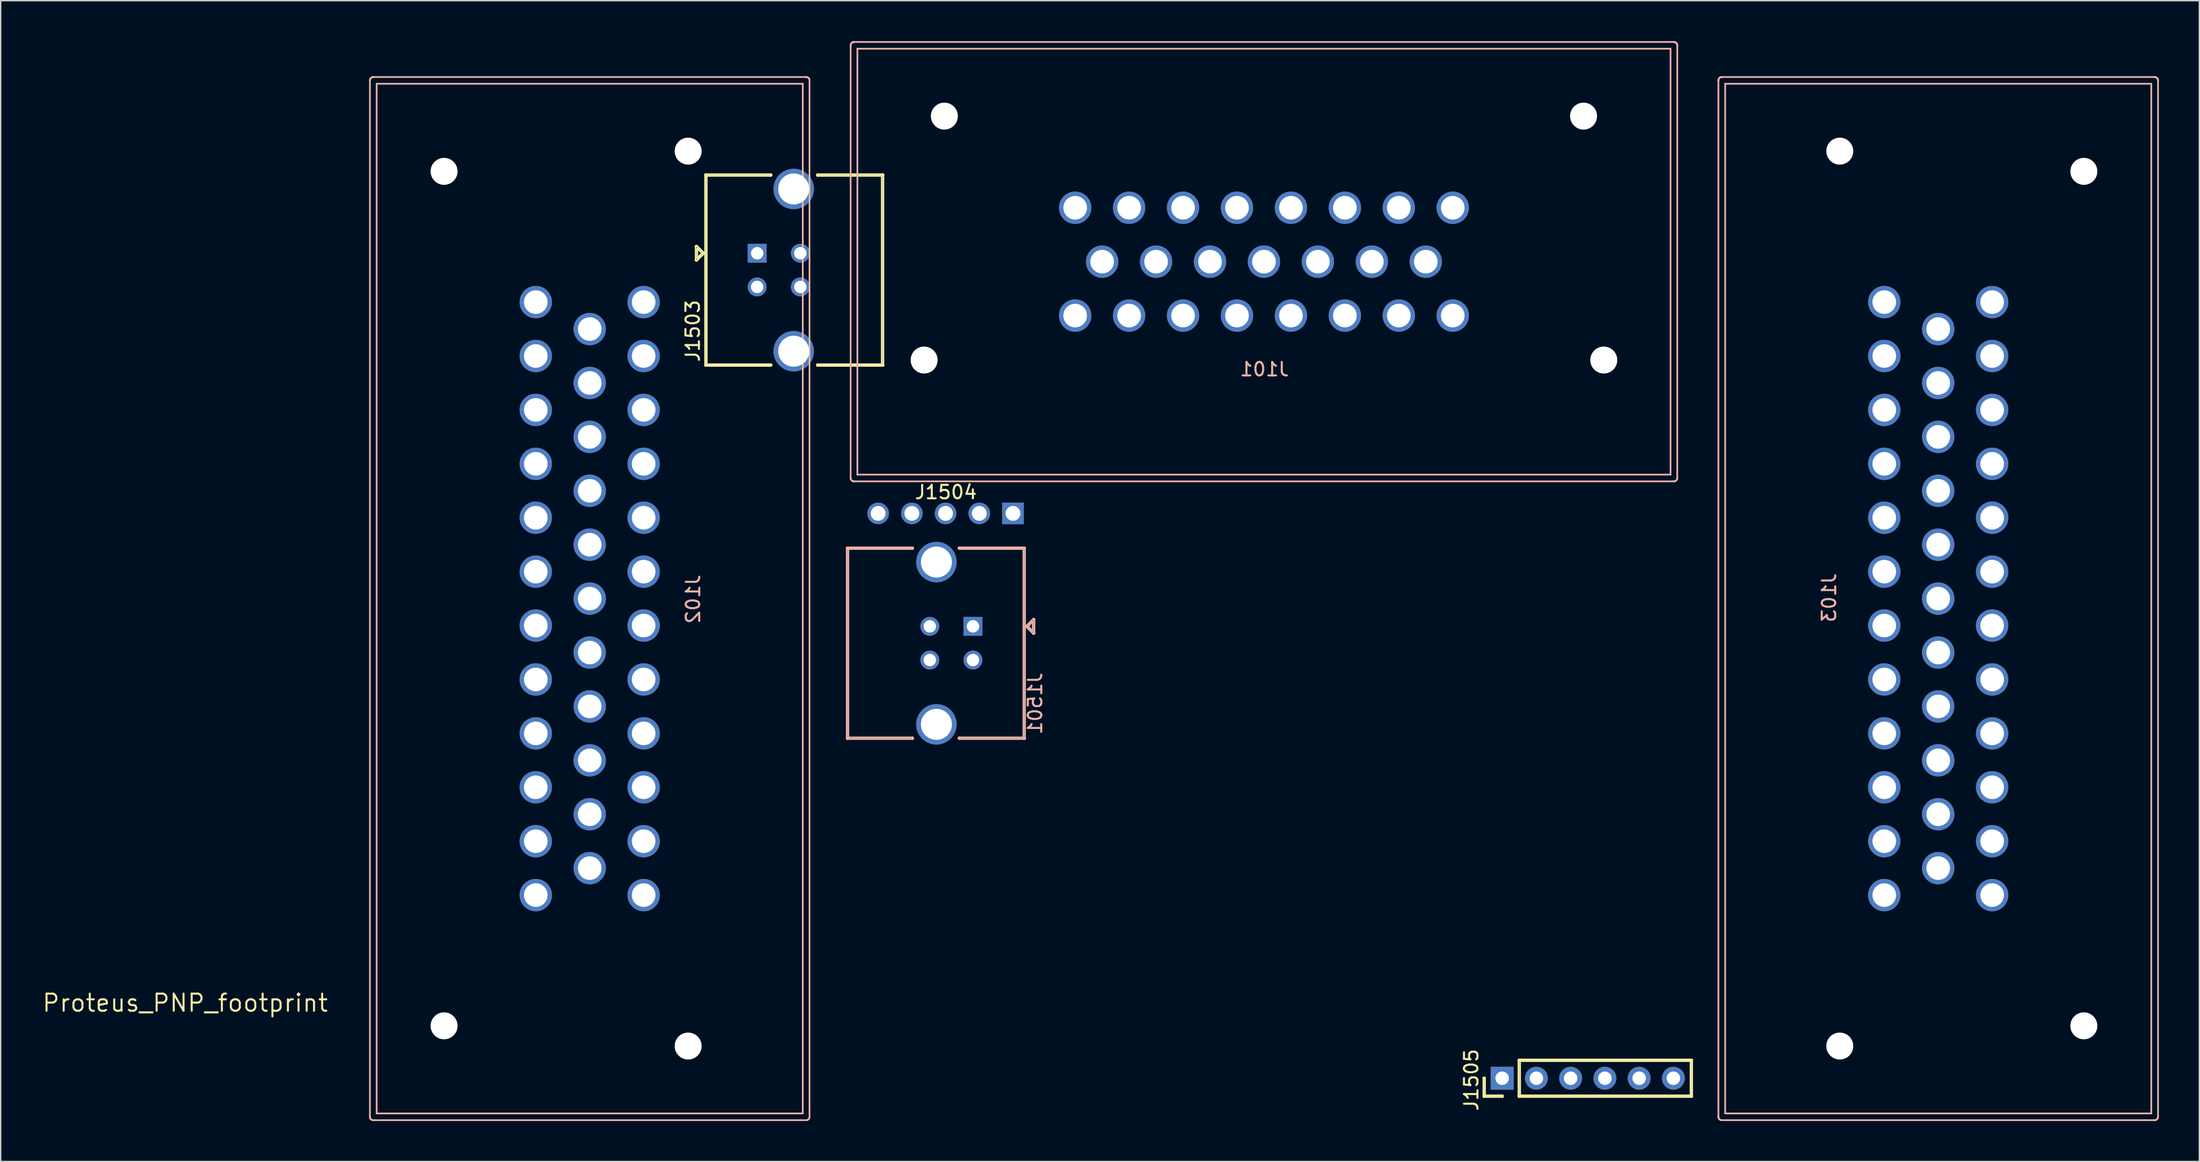
<source format=kicad_pcb>
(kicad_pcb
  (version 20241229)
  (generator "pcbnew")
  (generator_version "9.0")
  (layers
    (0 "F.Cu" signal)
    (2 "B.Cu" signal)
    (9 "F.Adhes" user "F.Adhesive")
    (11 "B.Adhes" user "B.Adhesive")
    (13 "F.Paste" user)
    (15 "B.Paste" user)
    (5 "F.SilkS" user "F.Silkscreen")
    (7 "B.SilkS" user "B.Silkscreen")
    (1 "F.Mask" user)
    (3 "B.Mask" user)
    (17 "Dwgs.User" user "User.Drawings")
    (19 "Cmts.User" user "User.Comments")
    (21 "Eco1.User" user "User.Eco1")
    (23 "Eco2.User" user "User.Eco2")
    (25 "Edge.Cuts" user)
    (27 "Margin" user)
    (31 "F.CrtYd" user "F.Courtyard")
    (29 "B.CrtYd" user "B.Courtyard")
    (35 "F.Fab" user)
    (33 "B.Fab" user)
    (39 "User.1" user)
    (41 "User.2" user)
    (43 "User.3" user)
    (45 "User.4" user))
  (footprint "Proteus_PNP_footprint"
    (layer "F.Cu")
    (at 10.681 71.365)
    (property "Reference" "Proteus_PNP_footprint" (at 0 0 0) (layer "F.SilkS") (effects (font (size 1.27 1.27) (thickness 0.15))))
    (attr through_hole)
    (fp_line (start 37.858 -56.126) (end 37.858 -56.129) (stroke (width 0.127) (type solid)) (layer "F.SilkS"))
    (fp_line (start 37.858 -55.126) (end 37.858 -55.129) (stroke (width 0.127) (type solid)) (layer "F.SilkS"))
    (fp_line (start 37.858 -56.129) (end 37.858 -56.129) (stroke (width 0.127) (type solid)) (layer "F.SilkS"))
    (fp_line (start 37.858 -56.129) (end 37.859 -56.138) (stroke (width 0.127) (type solid)) (layer "F.SilkS"))
    (fp_line (start 37.858 -56.123) (end 37.858 -56.126) (stroke (width 0.127) (type solid)) (layer "F.SilkS"))
    (fp_line (start 37.858 -55.129) (end 37.858 -56.123) (stroke (width 0.127) (type solid)) (layer "F.SilkS"))
    (fp_line (start 37.859 -56.138) (end 37.862 -56.149) (stroke (width 0.127) (type solid)) (layer "F.SilkS"))
    (fp_line (start 37.859 -55.114) (end 37.858 -55.126) (stroke (width 0.127) (type solid)) (layer "F.SilkS"))
    (fp_line (start 37.862 -56.149) (end 37.868 -56.16) (stroke (width 0.127) (type solid)) (layer "F.SilkS"))
    (fp_line (start 37.862 -55.103) (end 37.859 -55.114) (stroke (width 0.127) (type solid)) (layer "F.SilkS"))
    (fp_line (start 37.868 -56.16) (end 37.875 -56.169) (stroke (width 0.127) (type solid)) (layer "F.SilkS"))
    (fp_line (start 37.868 -55.093) (end 37.862 -55.103) (stroke (width 0.127) (type solid)) (layer "F.SilkS"))
    (fp_line (start 37.875 -56.169) (end 37.885 -56.176) (stroke (width 0.127) (type solid)) (layer "F.SilkS"))
    (fp_line (start 37.875 -55.083) (end 37.868 -55.093) (stroke (width 0.127) (type solid)) (layer "F.SilkS"))
    (fp_line (start 37.885 -56.176) (end 37.895 -56.182) (stroke (width 0.127) (type solid)) (layer "F.SilkS"))
    (fp_line (start 37.885 -55.076) (end 37.875 -55.083) (stroke (width 0.127) (type solid)) (layer "F.SilkS"))
    (fp_line (start 37.89 -55.073) (end 37.885 -55.076) (stroke (width 0.127) (type solid)) (layer "F.SilkS"))
    (fp_line (start 37.895 -56.182) (end 37.906 -56.185) (stroke (width 0.127) (type solid)) (layer "F.SilkS"))
    (fp_line (start 37.895 -55.07) (end 37.89 -55.073) (stroke (width 0.127) (type solid)) (layer "F.SilkS"))
    (fp_line (start 37.906 -56.185) (end 37.918 -56.186) (stroke (width 0.127) (type solid)) (layer "F.SilkS"))
    (fp_line (start 37.906 -55.067) (end 37.895 -55.07) (stroke (width 0.127) (type solid)) (layer "F.SilkS"))
    (fp_line (start 37.918 -56.186) (end 37.93 -56.185) (stroke (width 0.127) (type solid)) (layer "F.SilkS"))
    (fp_line (start 37.918 -55.066) (end 37.906 -55.067) (stroke (width 0.127) (type solid)) (layer "F.SilkS"))
    (fp_line (start 37.93 -56.185) (end 37.941 -56.182) (stroke (width 0.127) (type solid)) (layer "F.SilkS"))
    (fp_line (start 37.93 -55.067) (end 37.918 -55.066) (stroke (width 0.127) (type solid)) (layer "F.SilkS"))
    (fp_line (start 37.941 -56.182) (end 37.952 -56.176) (stroke (width 0.127) (type solid)) (layer "F.SilkS"))
    (fp_line (start 37.941 -55.07) (end 37.93 -55.067) (stroke (width 0.127) (type solid)) (layer "F.SilkS"))
    (fp_line (start 37.952 -56.176) (end 37.961 -56.169) (stroke (width 0.127) (type solid)) (layer "F.SilkS"))
    (fp_line (start 37.952 -55.076) (end 37.941 -55.07) (stroke (width 0.127) (type solid)) (layer "F.SilkS"))
    (fp_line (start 37.961 -56.169) (end 37.962 -56.166) (stroke (width 0.127) (type solid)) (layer "F.SilkS"))
    (fp_line (start 37.961 -55.083) (end 37.952 -55.076) (stroke (width 0.127) (type solid)) (layer "F.SilkS"))
    (fp_line (start 37.962 -56.166) (end 38.458 -55.67) (stroke (width 0.127) (type solid)) (layer "F.SilkS"))
    (fp_line (start 37.962 -55.086) (end 37.961 -55.083) (stroke (width 0.127) (type solid)) (layer "F.SilkS"))
    (fp_line (start 37.978 -55.981) (end 37.978 -55.271) (stroke (width 0.127) (type solid)) (layer "F.SilkS"))
    (fp_line (start 37.978 -55.271) (end 38.333 -55.626) (stroke (width 0.127) (type solid)) (layer "F.SilkS"))
    (fp_line (start 38.333 -55.626) (end 37.978 -55.981) (stroke (width 0.127) (type solid)) (layer "F.SilkS"))
    (fp_line (start 38.458 -55.67) (end 38.461 -55.669) (stroke (width 0.127) (type solid)) (layer "F.SilkS"))
    (fp_line (start 38.458 -55.581) (end 37.962 -55.086) (stroke (width 0.127) (type solid)) (layer "F.SilkS"))
    (fp_line (start 38.461 -55.669) (end 38.462 -55.666) (stroke (width 0.127) (type solid)) (layer "F.SilkS"))
    (fp_line (start 38.461 -55.583) (end 38.458 -55.581) (stroke (width 0.127) (type solid)) (layer "F.SilkS"))
    (fp_line (start 38.462 -55.666) (end 38.462 -55.666) (stroke (width 0.127) (type solid)) (layer "F.SilkS"))
    (fp_line (start 38.462 -55.666) (end 38.468 -55.66) (stroke (width 0.127) (type solid)) (layer "F.SilkS"))
    (fp_line (start 38.462 -55.586) (end 38.462 -55.586) (stroke (width 0.127) (type solid)) (layer "F.SilkS"))
    (fp_line (start 38.462 -55.586) (end 38.461 -55.583) (stroke (width 0.127) (type solid)) (layer "F.SilkS"))
    (fp_line (start 38.468 -55.66) (end 38.474 -55.649) (stroke (width 0.127) (type solid)) (layer "F.SilkS"))
    (fp_line (start 38.468 -55.593) (end 38.462 -55.586) (stroke (width 0.127) (type solid)) (layer "F.SilkS"))
    (fp_line (start 38.474 -55.649) (end 38.474 -55.649) (stroke (width 0.127) (type solid)) (layer "F.SilkS"))
    (fp_line (start 38.474 -55.649) (end 38.477 -55.638) (stroke (width 0.127) (type solid)) (layer "F.SilkS"))
    (fp_line (start 38.474 -55.603) (end 38.468 -55.593) (stroke (width 0.127) (type solid)) (layer "F.SilkS"))
    (fp_line (start 38.477 -55.638) (end 38.478 -55.626) (stroke (width 0.127) (type solid)) (layer "F.SilkS"))
    (fp_line (start 38.477 -55.614) (end 38.474 -55.603) (stroke (width 0.127) (type solid)) (layer "F.SilkS"))
    (fp_line (start 38.478 -55.626) (end 38.477 -55.614) (stroke (width 0.127) (type solid)) (layer "F.SilkS"))
    (fp_line (start 38.558 -61.426) (end 38.559 -61.438) (stroke (width 0.127) (type solid)) (layer "F.SilkS"))
    (fp_line (start 38.558 -47.326) (end 38.558 -47.329) (stroke (width 0.127) (type solid)) (layer "F.SilkS"))
    (fp_line (start 38.558 -61.423) (end 38.558 -61.426) (stroke (width 0.127) (type solid)) (layer "F.SilkS"))
    (fp_line (start 38.558 -47.329) (end 38.558 -61.423) (stroke (width 0.127) (type solid)) (layer "F.SilkS"))
    (fp_line (start 38.559 -61.438) (end 38.562 -61.449) (stroke (width 0.127) (type solid)) (layer "F.SilkS"))
    (fp_line (start 38.559 -47.314) (end 38.558 -47.326) (stroke (width 0.127) (type solid)) (layer "F.SilkS"))
    (fp_line (start 38.562 -61.449) (end 38.568 -61.459) (stroke (width 0.127) (type solid)) (layer "F.SilkS"))
    (fp_line (start 38.562 -47.303) (end 38.559 -47.314) (stroke (width 0.127) (type solid)) (layer "F.SilkS"))
    (fp_line (start 38.568 -61.459) (end 38.575 -61.469) (stroke (width 0.127) (type solid)) (layer "F.SilkS"))
    (fp_line (start 38.568 -47.292) (end 38.562 -47.303) (stroke (width 0.127) (type solid)) (layer "F.SilkS"))
    (fp_line (start 38.575 -61.469) (end 38.584 -61.476) (stroke (width 0.127) (type solid)) (layer "F.SilkS"))
    (fp_line (start 38.575 -47.283) (end 38.568 -47.292) (stroke (width 0.127) (type solid)) (layer "F.SilkS"))
    (fp_line (start 38.584 -61.476) (end 38.595 -61.482) (stroke (width 0.127) (type solid)) (layer "F.SilkS"))
    (fp_line (start 38.584 -47.276) (end 38.575 -47.283) (stroke (width 0.127) (type solid)) (layer "F.SilkS"))
    (fp_line (start 38.595 -61.482) (end 38.606 -61.485) (stroke (width 0.127) (type solid)) (layer "F.SilkS"))
    (fp_line (start 38.595 -47.27) (end 38.584 -47.276) (stroke (width 0.127) (type solid)) (layer "F.SilkS"))
    (fp_line (start 38.606 -61.485) (end 38.615 -61.486) (stroke (width 0.127) (type solid)) (layer "F.SilkS"))
    (fp_line (start 38.606 -47.267) (end 38.595 -47.27) (stroke (width 0.127) (type solid)) (layer "F.SilkS"))
    (fp_line (start 38.615 -61.486) (end 38.615 -61.486) (stroke (width 0.127) (type solid)) (layer "F.SilkS"))
    (fp_line (start 38.615 -61.486) (end 38.618 -61.486) (stroke (width 0.127) (type solid)) (layer "F.SilkS"))
    (fp_line (start 38.618 -61.486) (end 38.621 -61.486) (stroke (width 0.127) (type solid)) (layer "F.SilkS"))
    (fp_line (start 38.618 -47.266) (end 38.606 -47.267) (stroke (width 0.127) (type solid)) (layer "F.SilkS"))
    (fp_line (start 38.621 -61.486) (end 43.421 -61.486) (stroke (width 0.127) (type solid)) (layer "F.SilkS"))
    (fp_line (start 38.621 -47.266) (end 38.618 -47.266) (stroke (width 0.127) (type solid)) (layer "F.SilkS"))
    (fp_line (start 38.678 -61.366) (end 38.678 -47.386) (stroke (width 0.127) (type solid)) (layer "F.SilkS"))
    (fp_line (start 38.678 -47.386) (end 43.421 -47.386) (stroke (width 0.127) (type solid)) (layer "F.SilkS"))
    (fp_line (start 43.421 -61.486) (end 43.43 -61.485) (stroke (width 0.127) (type solid)) (layer "F.SilkS"))
    (fp_line (start 43.421 -61.366) (end 38.678 -61.366) (stroke (width 0.127) (type solid)) (layer "F.SilkS"))
    (fp_line (start 43.421 -47.386) (end 43.43 -47.385) (stroke (width 0.127) (type solid)) (layer "F.SilkS"))
    (fp_line (start 43.421 -47.266) (end 38.621 -47.266) (stroke (width 0.127) (type solid)) (layer "F.SilkS"))
    (fp_line (start 43.43 -61.485) (end 43.441 -61.482) (stroke (width 0.127) (type solid)) (layer "F.SilkS"))
    (fp_line (start 43.43 -61.367) (end 43.421 -61.366) (stroke (width 0.127) (type solid)) (layer "F.SilkS"))
    (fp_line (start 43.43 -47.385) (end 43.441 -47.382) (stroke (width 0.127) (type solid)) (layer "F.SilkS"))
    (fp_line (start 43.43 -47.267) (end 43.421 -47.266) (stroke (width 0.127) (type solid)) (layer "F.SilkS"))
    (fp_line (start 43.441 -61.482) (end 43.452 -61.476) (stroke (width 0.127) (type solid)) (layer "F.SilkS"))
    (fp_line (start 43.441 -61.37) (end 43.43 -61.367) (stroke (width 0.127) (type solid)) (layer "F.SilkS"))
    (fp_line (start 43.441 -47.382) (end 43.452 -47.376) (stroke (width 0.127) (type solid)) (layer "F.SilkS"))
    (fp_line (start 43.441 -47.27) (end 43.43 -47.267) (stroke (width 0.127) (type solid)) (layer "F.SilkS"))
    (fp_line (start 43.452 -61.476) (end 43.461 -61.469) (stroke (width 0.127) (type solid)) (layer "F.SilkS"))
    (fp_line (start 43.452 -61.376) (end 43.441 -61.37) (stroke (width 0.127) (type solid)) (layer "F.SilkS"))
    (fp_line (start 43.452 -47.376) (end 43.461 -47.369) (stroke (width 0.127) (type solid)) (layer "F.SilkS"))
    (fp_line (start 43.452 -47.276) (end 43.441 -47.27) (stroke (width 0.127) (type solid)) (layer "F.SilkS"))
    (fp_line (start 43.461 -61.469) (end 43.468 -61.459) (stroke (width 0.127) (type solid)) (layer "F.SilkS"))
    (fp_line (start 43.461 -61.383) (end 43.452 -61.376) (stroke (width 0.127) (type solid)) (layer "F.SilkS"))
    (fp_line (start 43.461 -47.369) (end 43.468 -47.359) (stroke (width 0.127) (type solid)) (layer "F.SilkS"))
    (fp_line (start 43.461 -47.283) (end 43.452 -47.276) (stroke (width 0.127) (type solid)) (layer "F.SilkS"))
    (fp_line (start 43.468 -61.459) (end 43.474 -61.449) (stroke (width 0.127) (type solid)) (layer "F.SilkS"))
    (fp_line (start 43.468 -61.392) (end 43.461 -61.383) (stroke (width 0.127) (type solid)) (layer "F.SilkS"))
    (fp_line (start 43.468 -47.359) (end 43.474 -47.349) (stroke (width 0.127) (type solid)) (layer "F.SilkS"))
    (fp_line (start 43.468 -47.292) (end 43.461 -47.283) (stroke (width 0.127) (type solid)) (layer "F.SilkS"))
    (fp_line (start 43.474 -61.449) (end 43.477 -61.438) (stroke (width 0.127) (type solid)) (layer "F.SilkS"))
    (fp_line (start 43.474 -61.403) (end 43.468 -61.392) (stroke (width 0.127) (type solid)) (layer "F.SilkS"))
    (fp_line (start 43.474 -47.349) (end 43.477 -47.338) (stroke (width 0.127) (type solid)) (layer "F.SilkS"))
    (fp_line (start 43.474 -47.303) (end 43.468 -47.292) (stroke (width 0.127) (type solid)) (layer "F.SilkS"))
    (fp_line (start 43.477 -61.438) (end 43.478 -61.426) (stroke (width 0.127) (type solid)) (layer "F.SilkS"))
    (fp_line (start 43.477 -61.414) (end 43.474 -61.403) (stroke (width 0.127) (type solid)) (layer "F.SilkS"))
    (fp_line (start 43.477 -47.338) (end 43.478 -47.326) (stroke (width 0.127) (type solid)) (layer "F.SilkS"))
    (fp_line (start 43.477 -47.314) (end 43.474 -47.303) (stroke (width 0.127) (type solid)) (layer "F.SilkS"))
    (fp_line (start 43.478 -61.426) (end 43.477 -61.414) (stroke (width 0.127) (type solid)) (layer "F.SilkS"))
    (fp_line (start 43.478 -47.326) (end 43.477 -47.314) (stroke (width 0.127) (type solid)) (layer "F.SilkS"))
    (fp_line (start 46.858 -61.426) (end 46.859 -61.438) (stroke (width 0.127) (type solid)) (layer "F.SilkS"))
    (fp_line (start 46.858 -47.326) (end 46.859 -47.338) (stroke (width 0.127) (type solid)) (layer "F.SilkS"))
    (fp_line (start 46.859 -61.438) (end 46.862 -61.449) (stroke (width 0.127) (type solid)) (layer "F.SilkS"))
    (fp_line (start 46.859 -61.414) (end 46.858 -61.426) (stroke (width 0.127) (type solid)) (layer "F.SilkS"))
    (fp_line (start 46.859 -47.338) (end 46.862 -47.349) (stroke (width 0.127) (type solid)) (layer "F.SilkS"))
    (fp_line (start 46.859 -47.314) (end 46.858 -47.326) (stroke (width 0.127) (type solid)) (layer "F.SilkS"))
    (fp_line (start 46.862 -61.449) (end 46.868 -61.459) (stroke (width 0.127) (type solid)) (layer "F.SilkS"))
    (fp_line (start 46.862 -61.403) (end 46.859 -61.414) (stroke (width 0.127) (type solid)) (layer "F.SilkS"))
    (fp_line (start 46.862 -47.349) (end 46.868 -47.359) (stroke (width 0.127) (type solid)) (layer "F.SilkS"))
    (fp_line (start 46.862 -47.303) (end 46.859 -47.314) (stroke (width 0.127) (type solid)) (layer "F.SilkS"))
    (fp_line (start 46.868 -61.459) (end 46.875 -61.469) (stroke (width 0.127) (type solid)) (layer "F.SilkS"))
    (fp_line (start 46.868 -61.392) (end 46.862 -61.403) (stroke (width 0.127) (type solid)) (layer "F.SilkS"))
    (fp_line (start 46.868 -47.359) (end 46.875 -47.369) (stroke (width 0.127) (type solid)) (layer "F.SilkS"))
    (fp_line (start 46.868 -47.292) (end 46.862 -47.303) (stroke (width 0.127) (type solid)) (layer "F.SilkS"))
    (fp_line (start 46.875 -61.469) (end 46.885 -61.476) (stroke (width 0.127) (type solid)) (layer "F.SilkS"))
    (fp_line (start 46.875 -61.383) (end 46.868 -61.392) (stroke (width 0.127) (type solid)) (layer "F.SilkS"))
    (fp_line (start 46.875 -47.369) (end 46.885 -47.376) (stroke (width 0.127) (type solid)) (layer "F.SilkS"))
    (fp_line (start 46.875 -47.283) (end 46.868 -47.292) (stroke (width 0.127) (type solid)) (layer "F.SilkS"))
    (fp_line (start 46.885 -61.476) (end 46.895 -61.482) (stroke (width 0.127) (type solid)) (layer "F.SilkS"))
    (fp_line (start 46.885 -61.376) (end 46.875 -61.383) (stroke (width 0.127) (type solid)) (layer "F.SilkS"))
    (fp_line (start 46.885 -47.376) (end 46.895 -47.382) (stroke (width 0.127) (type solid)) (layer "F.SilkS"))
    (fp_line (start 46.885 -47.276) (end 46.875 -47.283) (stroke (width 0.127) (type solid)) (layer "F.SilkS"))
    (fp_line (start 46.895 -61.482) (end 46.906 -61.485) (stroke (width 0.127) (type solid)) (layer "F.SilkS"))
    (fp_line (start 46.895 -61.37) (end 46.885 -61.376) (stroke (width 0.127) (type solid)) (layer "F.SilkS"))
    (fp_line (start 46.895 -47.382) (end 46.906 -47.385) (stroke (width 0.127) (type solid)) (layer "F.SilkS"))
    (fp_line (start 46.895 -47.27) (end 46.885 -47.276) (stroke (width 0.127) (type solid)) (layer "F.SilkS"))
    (fp_line (start 46.906 -61.485) (end 46.915 -61.486) (stroke (width 0.127) (type solid)) (layer "F.SilkS"))
    (fp_line (start 46.906 -61.367) (end 46.895 -61.37) (stroke (width 0.127) (type solid)) (layer "F.SilkS"))
    (fp_line (start 46.906 -47.385) (end 46.915 -47.386) (stroke (width 0.127) (type solid)) (layer "F.SilkS"))
    (fp_line (start 46.906 -47.267) (end 46.895 -47.27) (stroke (width 0.127) (type solid)) (layer "F.SilkS"))
    (fp_line (start 46.915 -61.486) (end 51.715 -61.486) (stroke (width 0.127) (type solid)) (layer "F.SilkS"))
    (fp_line (start 46.915 -61.366) (end 46.906 -61.367) (stroke (width 0.127) (type solid)) (layer "F.SilkS"))
    (fp_line (start 46.915 -47.386) (end 51.658 -47.386) (stroke (width 0.127) (type solid)) (layer "F.SilkS"))
    (fp_line (start 46.915 -47.266) (end 46.906 -47.267) (stroke (width 0.127) (type solid)) (layer "F.SilkS"))
    (fp_line (start 51.658 -61.366) (end 46.915 -61.366) (stroke (width 0.127) (type solid)) (layer "F.SilkS"))
    (fp_line (start 51.658 -47.386) (end 51.658 -61.366) (stroke (width 0.127) (type solid)) (layer "F.SilkS"))
    (fp_line (start 51.715 -61.486) (end 51.718 -61.486) (stroke (width 0.127) (type solid)) (layer "F.SilkS"))
    (fp_line (start 51.715 -47.266) (end 46.915 -47.266) (stroke (width 0.127) (type solid)) (layer "F.SilkS"))
    (fp_line (start 51.718 -61.486) (end 51.721 -61.486) (stroke (width 0.127) (type solid)) (layer "F.SilkS"))
    (fp_line (start 51.718 -47.266) (end 51.715 -47.266) (stroke (width 0.127) (type solid)) (layer "F.SilkS"))
    (fp_line (start 51.721 -61.486) (end 51.721 -61.486) (stroke (width 0.127) (type solid)) (layer "F.SilkS"))
    (fp_line (start 51.721 -61.486) (end 51.73 -61.485) (stroke (width 0.127) (type solid)) (layer "F.SilkS"))
    (fp_line (start 51.73 -61.485) (end 51.741 -61.482) (stroke (width 0.127) (type solid)) (layer "F.SilkS"))
    (fp_line (start 51.73 -47.267) (end 51.718 -47.266) (stroke (width 0.127) (type solid)) (layer "F.SilkS"))
    (fp_line (start 51.741 -61.482) (end 51.752 -61.476) (stroke (width 0.127) (type solid)) (layer "F.SilkS"))
    (fp_line (start 51.741 -47.27) (end 51.73 -47.267) (stroke (width 0.127) (type solid)) (layer "F.SilkS"))
    (fp_line (start 51.752 -61.476) (end 51.761 -61.469) (stroke (width 0.127) (type solid)) (layer "F.SilkS"))
    (fp_line (start 51.752 -47.276) (end 51.741 -47.27) (stroke (width 0.127) (type solid)) (layer "F.SilkS"))
    (fp_line (start 51.761 -61.469) (end 51.768 -61.459) (stroke (width 0.127) (type solid)) (layer "F.SilkS"))
    (fp_line (start 51.761 -47.283) (end 51.752 -47.276) (stroke (width 0.127) (type solid)) (layer "F.SilkS"))
    (fp_line (start 51.768 -61.459) (end 51.774 -61.449) (stroke (width 0.127) (type solid)) (layer "F.SilkS"))
    (fp_line (start 51.768 -47.292) (end 51.761 -47.283) (stroke (width 0.127) (type solid)) (layer "F.SilkS"))
    (fp_line (start 51.774 -61.449) (end 51.777 -61.438) (stroke (width 0.127) (type solid)) (layer "F.SilkS"))
    (fp_line (start 51.774 -47.303) (end 51.768 -47.292) (stroke (width 0.127) (type solid)) (layer "F.SilkS"))
    (fp_line (start 51.777 -61.438) (end 51.778 -61.426) (stroke (width 0.127) (type solid)) (layer "F.SilkS"))
    (fp_line (start 51.777 -47.314) (end 51.774 -47.303) (stroke (width 0.127) (type solid)) (layer "F.SilkS"))
    (fp_line (start 51.778 -61.423) (end 51.778 -47.329) (stroke (width 0.127) (type solid)) (layer "F.SilkS"))
    (fp_line (start 51.778 -47.329) (end 51.778 -47.326) (stroke (width 0.127) (type solid)) (layer "F.SilkS"))
    (fp_line (start 51.778 -47.323) (end 51.777 -47.314) (stroke (width 0.127) (type solid)) (layer "F.SilkS"))
    (fp_line (start 51.778 -47.323) (end 51.778 -47.323) (stroke (width 0.127) (type solid)) (layer "F.SilkS"))
    (fp_line (start 51.778 -61.426) (end 51.778 -61.423) (stroke (width 0.127) (type solid)) (layer "F.SilkS"))
    (fp_line (start 51.778 -47.326) (end 51.778 -47.323) (stroke (width 0.127) (type solid)) (layer "F.SilkS"))
    (fp_line (start 96.273 6.918) (end 96.273 6.915) (stroke (width 0.127) (type solid)) (layer "F.SilkS"))
    (fp_line (start 96.273 5.585) (end 96.274 5.576) (stroke (width 0.127) (type solid)) (layer "F.SilkS"))
    (fp_line (start 96.273 6.915) (end 96.273 5.585) (stroke (width 0.127) (type solid)) (layer "F.SilkS"))
    (fp_line (start 96.274 5.576) (end 96.277 5.565) (stroke (width 0.127) (type solid)) (layer "F.SilkS"))
    (fp_line (start 96.274 6.93) (end 96.273 6.918) (stroke (width 0.127) (type solid)) (layer "F.SilkS"))
    (fp_line (start 96.277 5.565) (end 96.283 5.554) (stroke (width 0.127) (type solid)) (layer "F.SilkS"))
    (fp_line (start 96.277 6.941) (end 96.274 6.93) (stroke (width 0.127) (type solid)) (layer "F.SilkS"))
    (fp_line (start 96.283 5.554) (end 96.29 5.545) (stroke (width 0.127) (type solid)) (layer "F.SilkS"))
    (fp_line (start 96.283 6.951) (end 96.277 6.941) (stroke (width 0.127) (type solid)) (layer "F.SilkS"))
    (fp_line (start 96.29 5.545) (end 96.299 5.538) (stroke (width 0.127) (type solid)) (layer "F.SilkS"))
    (fp_line (start 96.29 6.961) (end 96.283 6.951) (stroke (width 0.127) (type solid)) (layer "F.SilkS"))
    (fp_line (start 96.299 5.538) (end 96.31 5.532) (stroke (width 0.127) (type solid)) (layer "F.SilkS"))
    (fp_line (start 96.299 6.968) (end 96.29 6.961) (stroke (width 0.127) (type solid)) (layer "F.SilkS"))
    (fp_line (start 96.31 5.532) (end 96.321 5.529) (stroke (width 0.127) (type solid)) (layer "F.SilkS"))
    (fp_line (start 96.31 6.974) (end 96.299 6.968) (stroke (width 0.127) (type solid)) (layer "F.SilkS"))
    (fp_line (start 96.321 5.529) (end 96.333 5.528) (stroke (width 0.127) (type solid)) (layer "F.SilkS"))
    (fp_line (start 96.321 6.977) (end 96.31 6.974) (stroke (width 0.127) (type solid)) (layer "F.SilkS"))
    (fp_line (start 96.329 6.978) (end 96.321 6.977) (stroke (width 0.127) (type solid)) (layer "F.SilkS"))
    (fp_line (start 96.333 5.528) (end 96.345 5.529) (stroke (width 0.127) (type solid)) (layer "F.SilkS"))
    (fp_line (start 96.333 6.978) (end 96.329 6.978) (stroke (width 0.127) (type solid)) (layer "F.SilkS"))
    (fp_line (start 96.336 6.978) (end 96.333 6.978) (stroke (width 0.127) (type solid)) (layer "F.SilkS"))
    (fp_line (start 96.345 5.529) (end 96.356 5.532) (stroke (width 0.127) (type solid)) (layer "F.SilkS"))
    (fp_line (start 96.356 5.532) (end 96.367 5.538) (stroke (width 0.127) (type solid)) (layer "F.SilkS"))
    (fp_line (start 96.367 5.538) (end 96.376 5.545) (stroke (width 0.127) (type solid)) (layer "F.SilkS"))
    (fp_line (start 96.376 5.545) (end 96.383 5.554) (stroke (width 0.127) (type solid)) (layer "F.SilkS"))
    (fp_line (start 96.383 5.554) (end 96.389 5.565) (stroke (width 0.127) (type solid)) (layer "F.SilkS"))
    (fp_line (start 96.389 5.565) (end 96.392 5.576) (stroke (width 0.127) (type solid)) (layer "F.SilkS"))
    (fp_line (start 96.392 5.576) (end 96.393 5.585) (stroke (width 0.127) (type solid)) (layer "F.SilkS"))
    (fp_line (start 96.393 5.585) (end 96.393 6.858) (stroke (width 0.127) (type solid)) (layer "F.SilkS"))
    (fp_line (start 96.393 6.858) (end 97.666 6.858) (stroke (width 0.127) (type solid)) (layer "F.SilkS"))
    (fp_line (start 97.666 6.858) (end 97.675 6.859) (stroke (width 0.127) (type solid)) (layer "F.SilkS"))
    (fp_line (start 97.666 6.978) (end 96.336 6.978) (stroke (width 0.127) (type solid)) (layer "F.SilkS"))
    (fp_line (start 97.675 6.859) (end 97.686 6.862) (stroke (width 0.127) (type solid)) (layer "F.SilkS"))
    (fp_line (start 97.675 6.977) (end 97.666 6.978) (stroke (width 0.127) (type solid)) (layer "F.SilkS"))
    (fp_line (start 97.686 6.862) (end 97.697 6.868) (stroke (width 0.127) (type solid)) (layer "F.SilkS"))
    (fp_line (start 97.686 6.974) (end 97.675 6.977) (stroke (width 0.127) (type solid)) (layer "F.SilkS"))
    (fp_line (start 97.697 6.868) (end 97.706 6.875) (stroke (width 0.127) (type solid)) (layer "F.SilkS"))
    (fp_line (start 97.697 6.968) (end 97.686 6.974) (stroke (width 0.127) (type solid)) (layer "F.SilkS"))
    (fp_line (start 97.706 6.875) (end 97.713 6.885) (stroke (width 0.127) (type solid)) (layer "F.SilkS"))
    (fp_line (start 97.706 6.961) (end 97.697 6.968) (stroke (width 0.127) (type solid)) (layer "F.SilkS"))
    (fp_line (start 97.713 6.885) (end 97.719 6.895) (stroke (width 0.127) (type solid)) (layer "F.SilkS"))
    (fp_line (start 97.713 6.951) (end 97.706 6.961) (stroke (width 0.127) (type solid)) (layer "F.SilkS"))
    (fp_line (start 97.719 6.895) (end 97.722 6.906) (stroke (width 0.127) (type solid)) (layer "F.SilkS"))
    (fp_line (start 97.719 6.941) (end 97.713 6.951) (stroke (width 0.127) (type solid)) (layer "F.SilkS"))
    (fp_line (start 97.722 6.906) (end 97.723 6.918) (stroke (width 0.127) (type solid)) (layer "F.SilkS"))
    (fp_line (start 97.722 6.93) (end 97.719 6.941) (stroke (width 0.127) (type solid)) (layer "F.SilkS"))
    (fp_line (start 97.723 6.918) (end 97.722 6.93) (stroke (width 0.127) (type solid)) (layer "F.SilkS"))
    (fp_line (start 98.873 4.258) (end 98.874 4.246) (stroke (width 0.127) (type solid)) (layer "F.SilkS"))
    (fp_line (start 98.873 6.918) (end 98.873 6.915) (stroke (width 0.127) (type solid)) (layer "F.SilkS"))
    (fp_line (start 98.873 4.261) (end 98.873 4.258) (stroke (width 0.127) (type solid)) (layer "F.SilkS"))
    (fp_line (start 98.873 6.915) (end 98.873 4.261) (stroke (width 0.127) (type solid)) (layer "F.SilkS"))
    (fp_line (start 98.874 4.246) (end 98.877 4.235) (stroke (width 0.127) (type solid)) (layer "F.SilkS"))
    (fp_line (start 98.874 6.93) (end 98.873 6.918) (stroke (width 0.127) (type solid)) (layer "F.SilkS"))
    (fp_line (start 98.877 4.235) (end 98.883 4.224) (stroke (width 0.127) (type solid)) (layer "F.SilkS"))
    (fp_line (start 98.877 6.941) (end 98.874 6.93) (stroke (width 0.127) (type solid)) (layer "F.SilkS"))
    (fp_line (start 98.883 4.224) (end 98.89 4.215) (stroke (width 0.127) (type solid)) (layer "F.SilkS"))
    (fp_line (start 98.883 6.951) (end 98.877 6.941) (stroke (width 0.127) (type solid)) (layer "F.SilkS"))
    (fp_line (start 98.89 4.215) (end 98.9 4.208) (stroke (width 0.127) (type solid)) (layer "F.SilkS"))
    (fp_line (start 98.89 6.961) (end 98.883 6.951) (stroke (width 0.127) (type solid)) (layer "F.SilkS"))
    (fp_line (start 98.9 4.208) (end 98.91 4.202) (stroke (width 0.127) (type solid)) (layer "F.SilkS"))
    (fp_line (start 98.9 6.968) (end 98.89 6.961) (stroke (width 0.127) (type solid)) (layer "F.SilkS"))
    (fp_line (start 98.91 4.202) (end 98.921 4.199) (stroke (width 0.127) (type solid)) (layer "F.SilkS"))
    (fp_line (start 98.91 6.974) (end 98.9 6.968) (stroke (width 0.127) (type solid)) (layer "F.SilkS"))
    (fp_line (start 98.921 4.199) (end 98.93 4.198) (stroke (width 0.127) (type solid)) (layer "F.SilkS"))
    (fp_line (start 98.921 6.977) (end 98.91 6.974) (stroke (width 0.127) (type solid)) (layer "F.SilkS"))
    (fp_line (start 98.929 6.978) (end 98.921 6.977) (stroke (width 0.127) (type solid)) (layer "F.SilkS"))
    (fp_line (start 98.93 4.198) (end 98.93 4.198) (stroke (width 0.127) (type solid)) (layer "F.SilkS"))
    (fp_line (start 98.93 4.198) (end 98.933 4.198) (stroke (width 0.127) (type solid)) (layer "F.SilkS"))
    (fp_line (start 98.933 4.198) (end 98.936 4.198) (stroke (width 0.127) (type solid)) (layer "F.SilkS"))
    (fp_line (start 98.933 6.978) (end 98.929 6.978) (stroke (width 0.127) (type solid)) (layer "F.SilkS"))
    (fp_line (start 98.936 4.198) (end 111.69 4.198) (stroke (width 0.127) (type solid)) (layer "F.SilkS"))
    (fp_line (start 98.936 6.978) (end 98.933 6.978) (stroke (width 0.127) (type solid)) (layer "F.SilkS"))
    (fp_line (start 98.993 4.318) (end 98.993 6.858) (stroke (width 0.127) (type solid)) (layer "F.SilkS"))
    (fp_line (start 98.993 6.858) (end 111.633 6.858) (stroke (width 0.127) (type solid)) (layer "F.SilkS"))
    (fp_line (start 111.633 4.318) (end 98.993 4.318) (stroke (width 0.127) (type solid)) (layer "F.SilkS"))
    (fp_line (start 111.633 6.858) (end 111.633 4.318) (stroke (width 0.127) (type solid)) (layer "F.SilkS"))
    (fp_line (start 111.69 4.198) (end 111.693 4.198) (stroke (width 0.127) (type solid)) (layer "F.SilkS"))
    (fp_line (start 111.69 6.978) (end 98.936 6.978) (stroke (width 0.127) (type solid)) (layer "F.SilkS"))
    (fp_line (start 111.693 4.198) (end 111.696 4.198) (stroke (width 0.127) (type solid)) (layer "F.SilkS"))
    (fp_line (start 111.693 6.978) (end 111.69 6.978) (stroke (width 0.127) (type solid)) (layer "F.SilkS"))
    (fp_line (start 111.696 4.198) (end 111.705 4.199) (stroke (width 0.127) (type solid)) (layer "F.SilkS"))
    (fp_line (start 111.696 6.978) (end 111.693 6.978) (stroke (width 0.127) (type solid)) (layer "F.SilkS"))
    (fp_line (start 111.696 6.978) (end 111.696 6.978) (stroke (width 0.127) (type solid)) (layer "F.SilkS"))
    (fp_line (start 111.705 4.199) (end 111.716 4.202) (stroke (width 0.127) (type solid)) (layer "F.SilkS"))
    (fp_line (start 111.705 6.977) (end 111.696 6.978) (stroke (width 0.127) (type solid)) (layer "F.SilkS"))
    (fp_line (start 111.716 4.202) (end 111.726 4.208) (stroke (width 0.127) (type solid)) (layer "F.SilkS"))
    (fp_line (start 111.716 6.974) (end 111.705 6.977) (stroke (width 0.127) (type solid)) (layer "F.SilkS"))
    (fp_line (start 111.726 4.208) (end 111.736 4.215) (stroke (width 0.127) (type solid)) (layer "F.SilkS"))
    (fp_line (start 111.726 6.968) (end 111.716 6.974) (stroke (width 0.127) (type solid)) (layer "F.SilkS"))
    (fp_line (start 111.736 4.215) (end 111.743 4.224) (stroke (width 0.127) (type solid)) (layer "F.SilkS"))
    (fp_line (start 111.736 6.961) (end 111.726 6.968) (stroke (width 0.127) (type solid)) (layer "F.SilkS"))
    (fp_line (start 111.743 4.224) (end 111.749 4.235) (stroke (width 0.127) (type solid)) (layer "F.SilkS"))
    (fp_line (start 111.743 6.951) (end 111.736 6.961) (stroke (width 0.127) (type solid)) (layer "F.SilkS"))
    (fp_line (start 111.749 4.235) (end 111.752 4.246) (stroke (width 0.127) (type solid)) (layer "F.SilkS"))
    (fp_line (start 111.749 6.941) (end 111.743 6.951) (stroke (width 0.127) (type solid)) (layer "F.SilkS"))
    (fp_line (start 111.752 4.246) (end 111.753 4.258) (stroke (width 0.127) (type solid)) (layer "F.SilkS"))
    (fp_line (start 111.752 6.93) (end 111.749 6.941) (stroke (width 0.127) (type solid)) (layer "F.SilkS"))
    (fp_line (start 111.753 4.258) (end 111.753 4.261) (stroke (width 0.127) (type solid)) (layer "F.SilkS"))
    (fp_line (start 111.753 4.261) (end 111.753 6.915) (stroke (width 0.127) (type solid)) (layer "F.SilkS"))
    (fp_line (start 111.753 6.915) (end 111.753 6.918) (stroke (width 0.127) (type solid)) (layer "F.SilkS"))
    (fp_line (start 111.753 6.918) (end 111.752 6.93) (stroke (width 0.127) (type solid)) (layer "F.SilkS"))
    (fp_line (start 13.699 -68.45) (end 13.704 -68.499) (stroke (width 0.127) (type solid)) (layer "B.SilkS"))
    (fp_line (start 13.699 8.45) (end 13.7 8.438) (stroke (width 0.127) (type solid)) (layer "B.SilkS"))
    (fp_line (start 13.7 -68.438) (end 13.699 -68.45) (stroke (width 0.127) (type solid)) (layer "B.SilkS"))
    (fp_line (start 13.7 8.438) (end 13.7 -68.438) (stroke (width 0.127) (type solid)) (layer "B.SilkS"))
    (fp_line (start 13.704 -68.499) (end 13.718 -68.546) (stroke (width 0.127) (type solid)) (layer "B.SilkS"))
    (fp_line (start 13.704 8.499) (end 13.699 8.45) (stroke (width 0.127) (type solid)) (layer "B.SilkS"))
    (fp_line (start 13.718 -68.546) (end 13.741 -68.59) (stroke (width 0.127) (type solid)) (layer "B.SilkS"))
    (fp_line (start 13.718 8.546) (end 13.704 8.499) (stroke (width 0.127) (type solid)) (layer "B.SilkS"))
    (fp_line (start 13.741 -68.59) (end 13.772 -68.628) (stroke (width 0.127) (type solid)) (layer "B.SilkS"))
    (fp_line (start 13.741 8.59) (end 13.718 8.546) (stroke (width 0.127) (type solid)) (layer "B.SilkS"))
    (fp_line (start 13.772 -68.628) (end 13.81 -68.659) (stroke (width 0.127) (type solid)) (layer "B.SilkS"))
    (fp_line (start 13.772 8.628) (end 13.741 8.59) (stroke (width 0.127) (type solid)) (layer "B.SilkS"))
    (fp_line (start 13.81 -68.659) (end 13.854 -68.682) (stroke (width 0.127) (type solid)) (layer "B.SilkS"))
    (fp_line (start 13.81 8.659) (end 13.772 8.628) (stroke (width 0.127) (type solid)) (layer "B.SilkS"))
    (fp_line (start 13.854 -68.682) (end 13.901 -68.696) (stroke (width 0.127) (type solid)) (layer "B.SilkS"))
    (fp_line (start 13.854 8.682) (end 13.81 8.659) (stroke (width 0.127) (type solid)) (layer "B.SilkS"))
    (fp_line (start 13.901 -68.696) (end 13.938 -68.7) (stroke (width 0.127) (type solid)) (layer "B.SilkS"))
    (fp_line (start 13.901 8.696) (end 13.854 8.682) (stroke (width 0.127) (type solid)) (layer "B.SilkS"))
    (fp_line (start 13.938 -68.7) (end 13.95 -68.701) (stroke (width 0.127) (type solid)) (layer "B.SilkS"))
    (fp_line (start 13.938 8.7) (end 13.901 8.696) (stroke (width 0.127) (type solid)) (layer "B.SilkS"))
    (fp_line (start 13.95 -68.701) (end 13.962 -68.7) (stroke (width 0.127) (type solid)) (layer "B.SilkS"))
    (fp_line (start 13.95 8.701) (end 13.938 8.7) (stroke (width 0.127) (type solid)) (layer "B.SilkS"))
    (fp_line (start 13.962 -68.7) (end 46.038 -68.7) (stroke (width 0.127) (type solid)) (layer "B.SilkS"))
    (fp_line (start 13.962 8.7) (end 13.95 8.701) (stroke (width 0.127) (type solid)) (layer "B.SilkS"))
    (fp_line (start 14.2 -68.2) (end 14.2 8.2) (stroke (width 0.127) (type solid)) (layer "B.SilkS"))
    (fp_line (start 14.2 8.2) (end 45.8 8.2) (stroke (width 0.127) (type solid)) (layer "B.SilkS"))
    (fp_line (start 45.8 -68.2) (end 14.2 -68.2) (stroke (width 0.127) (type solid)) (layer "B.SilkS"))
    (fp_line (start 45.8 8.2) (end 45.8 -68.2) (stroke (width 0.127) (type solid)) (layer "B.SilkS"))
    (fp_line (start 46.038 -68.7) (end 46.05 -68.701) (stroke (width 0.127) (type solid)) (layer "B.SilkS"))
    (fp_line (start 46.038 8.7) (end 13.962 8.7) (stroke (width 0.127) (type solid)) (layer "B.SilkS"))
    (fp_line (start 46.05 -68.701) (end 46.062 -68.7) (stroke (width 0.127) (type solid)) (layer "B.SilkS"))
    (fp_line (start 46.05 8.701) (end 46.038 8.7) (stroke (width 0.127) (type solid)) (layer "B.SilkS"))
    (fp_line (start 46.062 -68.7) (end 46.099 -68.696) (stroke (width 0.127) (type solid)) (layer "B.SilkS"))
    (fp_line (start 46.099 -68.696) (end 46.146 -68.682) (stroke (width 0.127) (type solid)) (layer "B.SilkS"))
    (fp_line (start 46.099 8.696) (end 46.05 8.701) (stroke (width 0.127) (type solid)) (layer "B.SilkS"))
    (fp_line (start 46.146 -68.682) (end 46.19 -68.659) (stroke (width 0.127) (type solid)) (layer "B.SilkS"))
    (fp_line (start 46.146 8.682) (end 46.099 8.696) (stroke (width 0.127) (type solid)) (layer "B.SilkS"))
    (fp_line (start 46.19 -68.659) (end 46.228 -68.628) (stroke (width 0.127) (type solid)) (layer "B.SilkS"))
    (fp_line (start 46.19 8.659) (end 46.146 8.682) (stroke (width 0.127) (type solid)) (layer "B.SilkS"))
    (fp_line (start 46.228 -68.628) (end 46.259 -68.59) (stroke (width 0.127) (type solid)) (layer "B.SilkS"))
    (fp_line (start 46.228 8.628) (end 46.19 8.659) (stroke (width 0.127) (type solid)) (layer "B.SilkS"))
    (fp_line (start 46.259 -68.59) (end 46.282 -68.546) (stroke (width 0.127) (type solid)) (layer "B.SilkS"))
    (fp_line (start 46.259 8.59) (end 46.228 8.628) (stroke (width 0.127) (type solid)) (layer "B.SilkS"))
    (fp_line (start 46.282 -68.546) (end 46.296 -68.499) (stroke (width 0.127) (type solid)) (layer "B.SilkS"))
    (fp_line (start 46.282 8.546) (end 46.259 8.59) (stroke (width 0.127) (type solid)) (layer "B.SilkS"))
    (fp_line (start 46.296 -68.499) (end 46.301 -68.45) (stroke (width 0.127) (type solid)) (layer "B.SilkS"))
    (fp_line (start 46.296 8.499) (end 46.282 8.546) (stroke (width 0.127) (type solid)) (layer "B.SilkS"))
    (fp_line (start 46.3 -68.438) (end 46.3 8.438) (stroke (width 0.127) (type solid)) (layer "B.SilkS"))
    (fp_line (start 46.3 8.438) (end 46.301 8.45) (stroke (width 0.127) (type solid)) (layer "B.SilkS"))
    (fp_line (start 46.3 8.462) (end 46.296 8.499) (stroke (width 0.127) (type solid)) (layer "B.SilkS"))
    (fp_line (start 46.3 8.462) (end 46.3 8.462) (stroke (width 0.127) (type solid)) (layer "B.SilkS"))
    (fp_line (start 46.301 -68.45) (end 46.3 -68.438) (stroke (width 0.127) (type solid)) (layer "B.SilkS"))
    (fp_line (start 46.301 8.45) (end 46.3 8.462) (stroke (width 0.127) (type solid)) (layer "B.SilkS"))
    (fp_line (start 49.06 -33.74) (end 49.061 -33.752) (stroke (width 0.127) (type solid)) (layer "B.SilkS"))
    (fp_line (start 49.06 -19.64) (end 49.06 -19.643) (stroke (width 0.127) (type solid)) (layer "B.SilkS"))
    (fp_line (start 49.06 -33.737) (end 49.06 -33.74) (stroke (width 0.127) (type solid)) (layer "B.SilkS"))
    (fp_line (start 49.06 -19.643) (end 49.06 -33.737) (stroke (width 0.127) (type solid)) (layer "B.SilkS"))
    (fp_line (start 49.061 -33.752) (end 49.064 -33.763) (stroke (width 0.127) (type solid)) (layer "B.SilkS"))
    (fp_line (start 49.061 -19.628) (end 49.06 -19.64) (stroke (width 0.127) (type solid)) (layer "B.SilkS"))
    (fp_line (start 49.064 -33.763) (end 49.07 -33.773) (stroke (width 0.127) (type solid)) (layer "B.SilkS"))
    (fp_line (start 49.064 -19.617) (end 49.061 -19.628) (stroke (width 0.127) (type solid)) (layer "B.SilkS"))
    (fp_line (start 49.07 -33.773) (end 49.077 -33.783) (stroke (width 0.127) (type solid)) (layer "B.SilkS"))
    (fp_line (start 49.07 -19.607) (end 49.064 -19.617) (stroke (width 0.127) (type solid)) (layer "B.SilkS"))
    (fp_line (start 49.077 -33.783) (end 49.087 -33.79) (stroke (width 0.127) (type solid)) (layer "B.SilkS"))
    (fp_line (start 49.077 -19.597) (end 49.07 -19.607) (stroke (width 0.127) (type solid)) (layer "B.SilkS"))
    (fp_line (start 49.087 -33.79) (end 49.097 -33.796) (stroke (width 0.127) (type solid)) (layer "B.SilkS"))
    (fp_line (start 49.087 -19.59) (end 49.077 -19.597) (stroke (width 0.127) (type solid)) (layer "B.SilkS"))
    (fp_line (start 49.097 -33.796) (end 49.108 -33.799) (stroke (width 0.127) (type solid)) (layer "B.SilkS"))
    (fp_line (start 49.097 -19.584) (end 49.087 -19.59) (stroke (width 0.127) (type solid)) (layer "B.SilkS"))
    (fp_line (start 49.108 -33.799) (end 49.117 -33.8) (stroke (width 0.127) (type solid)) (layer "B.SilkS"))
    (fp_line (start 49.108 -19.581) (end 49.097 -19.584) (stroke (width 0.127) (type solid)) (layer "B.SilkS"))
    (fp_line (start 49.117 -33.8) (end 49.12 -33.8) (stroke (width 0.127) (type solid)) (layer "B.SilkS"))
    (fp_line (start 49.117 -19.58) (end 49.108 -19.581) (stroke (width 0.127) (type solid)) (layer "B.SilkS"))
    (fp_line (start 49.117 -19.58) (end 49.117 -19.58) (stroke (width 0.127) (type solid)) (layer "B.SilkS"))
    (fp_line (start 49.12 -33.8) (end 49.123 -33.8) (stroke (width 0.127) (type solid)) (layer "B.SilkS"))
    (fp_line (start 49.12 -19.58) (end 49.117 -19.58) (stroke (width 0.127) (type solid)) (layer "B.SilkS"))
    (fp_line (start 49.123 -33.8) (end 53.923 -33.8) (stroke (width 0.127) (type solid)) (layer "B.SilkS"))
    (fp_line (start 49.123 -19.58) (end 49.12 -19.58) (stroke (width 0.127) (type solid)) (layer "B.SilkS"))
    (fp_line (start 49.18 -33.68) (end 49.18 -19.7) (stroke (width 0.127) (type solid)) (layer "B.SilkS"))
    (fp_line (start 49.18 -19.7) (end 53.923 -19.7) (stroke (width 0.127) (type solid)) (layer "B.SilkS"))
    (fp_line (start 49.349 -71.05) (end 49.354 -71.099) (stroke (width 0.127) (type solid)) (layer "B.SilkS"))
    (fp_line (start 49.349 -38.95) (end 49.35 -38.962) (stroke (width 0.127) (type solid)) (layer "B.SilkS"))
    (fp_line (start 49.35 -71.038) (end 49.349 -71.05) (stroke (width 0.127) (type solid)) (layer "B.SilkS"))
    (fp_line (start 49.35 -38.962) (end 49.35 -71.038) (stroke (width 0.127) (type solid)) (layer "B.SilkS"))
    (fp_line (start 49.354 -71.099) (end 49.368 -71.146) (stroke (width 0.127) (type solid)) (layer "B.SilkS"))
    (fp_line (start 49.354 -38.901) (end 49.349 -38.95) (stroke (width 0.127) (type solid)) (layer "B.SilkS"))
    (fp_line (start 49.368 -71.146) (end 49.391 -71.19) (stroke (width 0.127) (type solid)) (layer "B.SilkS"))
    (fp_line (start 49.368 -38.854) (end 49.354 -38.901) (stroke (width 0.127) (type solid)) (layer "B.SilkS"))
    (fp_line (start 49.391 -71.19) (end 49.422 -71.228) (stroke (width 0.127) (type solid)) (layer "B.SilkS"))
    (fp_line (start 49.391 -38.81) (end 49.368 -38.854) (stroke (width 0.127) (type solid)) (layer "B.SilkS"))
    (fp_line (start 49.422 -71.228) (end 49.46 -71.259) (stroke (width 0.127) (type solid)) (layer "B.SilkS"))
    (fp_line (start 49.422 -38.772) (end 49.391 -38.81) (stroke (width 0.127) (type solid)) (layer "B.SilkS"))
    (fp_line (start 49.46 -71.259) (end 49.504 -71.282) (stroke (width 0.127) (type solid)) (layer "B.SilkS"))
    (fp_line (start 49.46 -38.741) (end 49.422 -38.772) (stroke (width 0.127) (type solid)) (layer "B.SilkS"))
    (fp_line (start 49.504 -71.282) (end 49.551 -71.296) (stroke (width 0.127) (type solid)) (layer "B.SilkS"))
    (fp_line (start 49.504 -38.718) (end 49.46 -38.741) (stroke (width 0.127) (type solid)) (layer "B.SilkS"))
    (fp_line (start 49.551 -71.296) (end 49.588 -71.3) (stroke (width 0.127) (type solid)) (layer "B.SilkS"))
    (fp_line (start 49.551 -38.704) (end 49.504 -38.718) (stroke (width 0.127) (type solid)) (layer "B.SilkS"))
    (fp_line (start 49.588 -71.3) (end 49.6 -71.301) (stroke (width 0.127) (type solid)) (layer "B.SilkS"))
    (fp_line (start 49.588 -38.7) (end 49.551 -38.704) (stroke (width 0.127) (type solid)) (layer "B.SilkS"))
    (fp_line (start 49.6 -71.301) (end 49.612 -71.3) (stroke (width 0.127) (type solid)) (layer "B.SilkS"))
    (fp_line (start 49.6 -38.699) (end 49.588 -38.7) (stroke (width 0.127) (type solid)) (layer "B.SilkS"))
    (fp_line (start 49.612 -71.3) (end 110.388 -71.3) (stroke (width 0.127) (type solid)) (layer "B.SilkS"))
    (fp_line (start 49.612 -38.7) (end 49.6 -38.699) (stroke (width 0.127) (type solid)) (layer "B.SilkS"))
    (fp_line (start 49.85 -70.8) (end 49.85 -39.2) (stroke (width 0.127) (type solid)) (layer "B.SilkS"))
    (fp_line (start 49.85 -39.2) (end 110.15 -39.2) (stroke (width 0.127) (type solid)) (layer "B.SilkS"))
    (fp_line (start 53.923 -33.8) (end 53.932 -33.799) (stroke (width 0.127) (type solid)) (layer "B.SilkS"))
    (fp_line (start 53.923 -33.68) (end 49.18 -33.68) (stroke (width 0.127) (type solid)) (layer "B.SilkS"))
    (fp_line (start 53.923 -19.7) (end 53.932 -19.699) (stroke (width 0.127) (type solid)) (layer "B.SilkS"))
    (fp_line (start 53.923 -19.58) (end 49.123 -19.58) (stroke (width 0.127) (type solid)) (layer "B.SilkS"))
    (fp_line (start 53.932 -33.799) (end 53.943 -33.796) (stroke (width 0.127) (type solid)) (layer "B.SilkS"))
    (fp_line (start 53.932 -33.681) (end 53.923 -33.68) (stroke (width 0.127) (type solid)) (layer "B.SilkS"))
    (fp_line (start 53.932 -19.699) (end 53.943 -19.696) (stroke (width 0.127) (type solid)) (layer "B.SilkS"))
    (fp_line (start 53.932 -19.581) (end 53.923 -19.58) (stroke (width 0.127) (type solid)) (layer "B.SilkS"))
    (fp_line (start 53.943 -33.796) (end 53.953 -33.79) (stroke (width 0.127) (type solid)) (layer "B.SilkS"))
    (fp_line (start 53.943 -33.684) (end 53.932 -33.681) (stroke (width 0.127) (type solid)) (layer "B.SilkS"))
    (fp_line (start 53.943 -19.696) (end 53.953 -19.69) (stroke (width 0.127) (type solid)) (layer "B.SilkS"))
    (fp_line (start 53.943 -19.584) (end 53.932 -19.581) (stroke (width 0.127) (type solid)) (layer "B.SilkS"))
    (fp_line (start 53.953 -33.79) (end 53.963 -33.783) (stroke (width 0.127) (type solid)) (layer "B.SilkS"))
    (fp_line (start 53.953 -33.69) (end 53.943 -33.684) (stroke (width 0.127) (type solid)) (layer "B.SilkS"))
    (fp_line (start 53.953 -19.69) (end 53.963 -19.683) (stroke (width 0.127) (type solid)) (layer "B.SilkS"))
    (fp_line (start 53.953 -19.59) (end 53.943 -19.584) (stroke (width 0.127) (type solid)) (layer "B.SilkS"))
    (fp_line (start 53.963 -33.783) (end 53.97 -33.773) (stroke (width 0.127) (type solid)) (layer "B.SilkS"))
    (fp_line (start 53.963 -33.697) (end 53.953 -33.69) (stroke (width 0.127) (type solid)) (layer "B.SilkS"))
    (fp_line (start 53.963 -19.683) (end 53.97 -19.674) (stroke (width 0.127) (type solid)) (layer "B.SilkS"))
    (fp_line (start 53.963 -19.597) (end 53.953 -19.59) (stroke (width 0.127) (type solid)) (layer "B.SilkS"))
    (fp_line (start 53.97 -33.773) (end 53.976 -33.763) (stroke (width 0.127) (type solid)) (layer "B.SilkS"))
    (fp_line (start 53.97 -33.706) (end 53.963 -33.697) (stroke (width 0.127) (type solid)) (layer "B.SilkS"))
    (fp_line (start 53.97 -19.674) (end 53.976 -19.663) (stroke (width 0.127) (type solid)) (layer "B.SilkS"))
    (fp_line (start 53.97 -19.607) (end 53.963 -19.597) (stroke (width 0.127) (type solid)) (layer "B.SilkS"))
    (fp_line (start 53.976 -33.763) (end 53.979 -33.752) (stroke (width 0.127) (type solid)) (layer "B.SilkS"))
    (fp_line (start 53.976 -33.717) (end 53.97 -33.706) (stroke (width 0.127) (type solid)) (layer "B.SilkS"))
    (fp_line (start 53.976 -19.663) (end 53.979 -19.652) (stroke (width 0.127) (type solid)) (layer "B.SilkS"))
    (fp_line (start 53.976 -19.617) (end 53.97 -19.607) (stroke (width 0.127) (type solid)) (layer "B.SilkS"))
    (fp_line (start 53.979 -33.752) (end 53.98 -33.74) (stroke (width 0.127) (type solid)) (layer "B.SilkS"))
    (fp_line (start 53.979 -33.728) (end 53.976 -33.717) (stroke (width 0.127) (type solid)) (layer "B.SilkS"))
    (fp_line (start 53.979 -19.652) (end 53.98 -19.64) (stroke (width 0.127) (type solid)) (layer "B.SilkS"))
    (fp_line (start 53.979 -19.628) (end 53.976 -19.617) (stroke (width 0.127) (type solid)) (layer "B.SilkS"))
    (fp_line (start 53.98 -33.74) (end 53.979 -33.728) (stroke (width 0.127) (type solid)) (layer "B.SilkS"))
    (fp_line (start 53.98 -19.64) (end 53.979 -19.628) (stroke (width 0.127) (type solid)) (layer "B.SilkS"))
    (fp_line (start 57.36 -33.74) (end 57.361 -33.752) (stroke (width 0.127) (type solid)) (layer "B.SilkS"))
    (fp_line (start 57.36 -19.64) (end 57.361 -19.652) (stroke (width 0.127) (type solid)) (layer "B.SilkS"))
    (fp_line (start 57.361 -33.752) (end 57.364 -33.763) (stroke (width 0.127) (type solid)) (layer "B.SilkS"))
    (fp_line (start 57.361 -33.728) (end 57.36 -33.74) (stroke (width 0.127) (type solid)) (layer "B.SilkS"))
    (fp_line (start 57.361 -19.652) (end 57.364 -19.663) (stroke (width 0.127) (type solid)) (layer "B.SilkS"))
    (fp_line (start 57.361 -19.628) (end 57.36 -19.64) (stroke (width 0.127) (type solid)) (layer "B.SilkS"))
    (fp_line (start 57.364 -33.763) (end 57.37 -33.773) (stroke (width 0.127) (type solid)) (layer "B.SilkS"))
    (fp_line (start 57.364 -33.717) (end 57.361 -33.728) (stroke (width 0.127) (type solid)) (layer "B.SilkS"))
    (fp_line (start 57.364 -19.663) (end 57.37 -19.674) (stroke (width 0.127) (type solid)) (layer "B.SilkS"))
    (fp_line (start 57.364 -19.617) (end 57.361 -19.628) (stroke (width 0.127) (type solid)) (layer "B.SilkS"))
    (fp_line (start 57.37 -33.773) (end 57.377 -33.783) (stroke (width 0.127) (type solid)) (layer "B.SilkS"))
    (fp_line (start 57.37 -33.706) (end 57.364 -33.717) (stroke (width 0.127) (type solid)) (layer "B.SilkS"))
    (fp_line (start 57.37 -19.674) (end 57.377 -19.683) (stroke (width 0.127) (type solid)) (layer "B.SilkS"))
    (fp_line (start 57.37 -19.607) (end 57.364 -19.617) (stroke (width 0.127) (type solid)) (layer "B.SilkS"))
    (fp_line (start 57.377 -33.783) (end 57.386 -33.79) (stroke (width 0.127) (type solid)) (layer "B.SilkS"))
    (fp_line (start 57.377 -33.697) (end 57.37 -33.706) (stroke (width 0.127) (type solid)) (layer "B.SilkS"))
    (fp_line (start 57.377 -19.683) (end 57.386 -19.69) (stroke (width 0.127) (type solid)) (layer "B.SilkS"))
    (fp_line (start 57.377 -19.597) (end 57.37 -19.607) (stroke (width 0.127) (type solid)) (layer "B.SilkS"))
    (fp_line (start 57.386 -33.79) (end 57.397 -33.796) (stroke (width 0.127) (type solid)) (layer "B.SilkS"))
    (fp_line (start 57.386 -33.69) (end 57.377 -33.697) (stroke (width 0.127) (type solid)) (layer "B.SilkS"))
    (fp_line (start 57.386 -19.69) (end 57.397 -19.696) (stroke (width 0.127) (type solid)) (layer "B.SilkS"))
    (fp_line (start 57.386 -19.59) (end 57.377 -19.597) (stroke (width 0.127) (type solid)) (layer "B.SilkS"))
    (fp_line (start 57.397 -33.796) (end 57.408 -33.799) (stroke (width 0.127) (type solid)) (layer "B.SilkS"))
    (fp_line (start 57.397 -33.684) (end 57.386 -33.69) (stroke (width 0.127) (type solid)) (layer "B.SilkS"))
    (fp_line (start 57.397 -19.696) (end 57.408 -19.699) (stroke (width 0.127) (type solid)) (layer "B.SilkS"))
    (fp_line (start 57.397 -19.584) (end 57.386 -19.59) (stroke (width 0.127) (type solid)) (layer "B.SilkS"))
    (fp_line (start 57.408 -33.799) (end 57.417 -33.8) (stroke (width 0.127) (type solid)) (layer "B.SilkS"))
    (fp_line (start 57.408 -33.681) (end 57.397 -33.684) (stroke (width 0.127) (type solid)) (layer "B.SilkS"))
    (fp_line (start 57.408 -19.699) (end 57.417 -19.7) (stroke (width 0.127) (type solid)) (layer "B.SilkS"))
    (fp_line (start 57.408 -19.581) (end 57.397 -19.584) (stroke (width 0.127) (type solid)) (layer "B.SilkS"))
    (fp_line (start 57.417 -33.8) (end 62.217 -33.8) (stroke (width 0.127) (type solid)) (layer "B.SilkS"))
    (fp_line (start 57.417 -33.68) (end 57.408 -33.681) (stroke (width 0.127) (type solid)) (layer "B.SilkS"))
    (fp_line (start 57.417 -19.7) (end 62.16 -19.7) (stroke (width 0.127) (type solid)) (layer "B.SilkS"))
    (fp_line (start 57.417 -19.58) (end 57.408 -19.581) (stroke (width 0.127) (type solid)) (layer "B.SilkS"))
    (fp_line (start 62.16 -33.68) (end 57.417 -33.68) (stroke (width 0.127) (type solid)) (layer "B.SilkS"))
    (fp_line (start 62.16 -19.7) (end 62.16 -33.68) (stroke (width 0.127) (type solid)) (layer "B.SilkS"))
    (fp_line (start 62.217 -33.8) (end 62.22 -33.8) (stroke (width 0.127) (type solid)) (layer "B.SilkS"))
    (fp_line (start 62.217 -19.58) (end 57.417 -19.58) (stroke (width 0.127) (type solid)) (layer "B.SilkS"))
    (fp_line (start 62.22 -33.8) (end 62.223 -33.8) (stroke (width 0.127) (type solid)) (layer "B.SilkS"))
    (fp_line (start 62.22 -19.58) (end 62.217 -19.58) (stroke (width 0.127) (type solid)) (layer "B.SilkS"))
    (fp_line (start 62.223 -33.8) (end 62.232 -33.799) (stroke (width 0.127) (type solid)) (layer "B.SilkS"))
    (fp_line (start 62.223 -19.58) (end 62.22 -19.58) (stroke (width 0.127) (type solid)) (layer "B.SilkS"))
    (fp_line (start 62.223 -19.58) (end 62.223 -19.58) (stroke (width 0.127) (type solid)) (layer "B.SilkS"))
    (fp_line (start 62.232 -33.799) (end 62.243 -33.796) (stroke (width 0.127) (type solid)) (layer "B.SilkS"))
    (fp_line (start 62.232 -19.581) (end 62.223 -19.58) (stroke (width 0.127) (type solid)) (layer "B.SilkS"))
    (fp_line (start 62.243 -33.796) (end 62.254 -33.79) (stroke (width 0.127) (type solid)) (layer "B.SilkS"))
    (fp_line (start 62.243 -19.584) (end 62.232 -19.581) (stroke (width 0.127) (type solid)) (layer "B.SilkS"))
    (fp_line (start 62.254 -33.79) (end 62.263 -33.783) (stroke (width 0.127) (type solid)) (layer "B.SilkS"))
    (fp_line (start 62.254 -19.59) (end 62.243 -19.584) (stroke (width 0.127) (type solid)) (layer "B.SilkS"))
    (fp_line (start 62.263 -33.783) (end 62.27 -33.773) (stroke (width 0.127) (type solid)) (layer "B.SilkS"))
    (fp_line (start 62.263 -19.597) (end 62.254 -19.59) (stroke (width 0.127) (type solid)) (layer "B.SilkS"))
    (fp_line (start 62.27 -33.773) (end 62.276 -33.763) (stroke (width 0.127) (type solid)) (layer "B.SilkS"))
    (fp_line (start 62.27 -19.607) (end 62.263 -19.597) (stroke (width 0.127) (type solid)) (layer "B.SilkS"))
    (fp_line (start 62.276 -33.763) (end 62.279 -33.752) (stroke (width 0.127) (type solid)) (layer "B.SilkS"))
    (fp_line (start 62.276 -19.617) (end 62.27 -19.607) (stroke (width 0.127) (type solid)) (layer "B.SilkS"))
    (fp_line (start 62.279 -33.752) (end 62.28 -33.74) (stroke (width 0.127) (type solid)) (layer "B.SilkS"))
    (fp_line (start 62.279 -19.628) (end 62.276 -19.617) (stroke (width 0.127) (type solid)) (layer "B.SilkS"))
    (fp_line (start 62.28 -33.737) (end 62.28 -19.643) (stroke (width 0.127) (type solid)) (layer "B.SilkS"))
    (fp_line (start 62.28 -19.643) (end 62.28 -19.64) (stroke (width 0.127) (type solid)) (layer "B.SilkS"))
    (fp_line (start 62.28 -33.74) (end 62.28 -33.737) (stroke (width 0.127) (type solid)) (layer "B.SilkS"))
    (fp_line (start 62.28 -19.64) (end 62.279 -19.628) (stroke (width 0.127) (type solid)) (layer "B.SilkS"))
    (fp_line (start 62.36 -27.94) (end 62.361 -27.952) (stroke (width 0.127) (type solid)) (layer "B.SilkS"))
    (fp_line (start 62.361 -27.952) (end 62.364 -27.963) (stroke (width 0.127) (type solid)) (layer "B.SilkS"))
    (fp_line (start 62.361 -27.928) (end 62.36 -27.94) (stroke (width 0.127) (type solid)) (layer "B.SilkS"))
    (fp_line (start 62.364 -27.963) (end 62.37 -27.974) (stroke (width 0.127) (type solid)) (layer "B.SilkS"))
    (fp_line (start 62.364 -27.917) (end 62.361 -27.928) (stroke (width 0.127) (type solid)) (layer "B.SilkS"))
    (fp_line (start 62.37 -27.974) (end 62.376 -27.98) (stroke (width 0.127) (type solid)) (layer "B.SilkS"))
    (fp_line (start 62.37 -27.907) (end 62.364 -27.917) (stroke (width 0.127) (type solid)) (layer "B.SilkS"))
    (fp_line (start 62.376 -27.98) (end 62.376 -27.98) (stroke (width 0.127) (type solid)) (layer "B.SilkS"))
    (fp_line (start 62.376 -27.98) (end 62.377 -27.983) (stroke (width 0.127) (type solid)) (layer "B.SilkS"))
    (fp_line (start 62.377 -27.983) (end 62.38 -27.985) (stroke (width 0.127) (type solid)) (layer "B.SilkS"))
    (fp_line (start 62.377 -27.897) (end 62.37 -27.907) (stroke (width 0.127) (type solid)) (layer "B.SilkS"))
    (fp_line (start 62.38 -27.985) (end 62.876 -28.48) (stroke (width 0.127) (type solid)) (layer "B.SilkS"))
    (fp_line (start 62.38 -27.895) (end 62.377 -27.897) (stroke (width 0.127) (type solid)) (layer "B.SilkS"))
    (fp_line (start 62.505 -27.94) (end 62.86 -27.585) (stroke (width 0.127) (type solid)) (layer "B.SilkS"))
    (fp_line (start 62.86 -28.295) (end 62.505 -27.94) (stroke (width 0.127) (type solid)) (layer "B.SilkS"))
    (fp_line (start 62.86 -27.585) (end 62.86 -28.295) (stroke (width 0.127) (type solid)) (layer "B.SilkS"))
    (fp_line (start 62.876 -28.48) (end 62.877 -28.483) (stroke (width 0.127) (type solid)) (layer "B.SilkS"))
    (fp_line (start 62.876 -27.4) (end 62.38 -27.895) (stroke (width 0.127) (type solid)) (layer "B.SilkS"))
    (fp_line (start 62.877 -28.483) (end 62.88 -28.485) (stroke (width 0.127) (type solid)) (layer "B.SilkS"))
    (fp_line (start 62.877 -27.397) (end 62.876 -27.4) (stroke (width 0.127) (type solid)) (layer "B.SilkS"))
    (fp_line (start 62.88 -28.485) (end 62.88 -28.485) (stroke (width 0.127) (type solid)) (layer "B.SilkS"))
    (fp_line (start 62.88 -27.395) (end 62.877 -27.397) (stroke (width 0.127) (type solid)) (layer "B.SilkS"))
    (fp_line (start 62.88 -28.485) (end 62.886 -28.49) (stroke (width 0.127) (type solid)) (layer "B.SilkS"))
    (fp_line (start 62.88 -27.395) (end 62.88 -27.395) (stroke (width 0.127) (type solid)) (layer "B.SilkS"))
    (fp_line (start 62.886 -28.49) (end 62.897 -28.496) (stroke (width 0.127) (type solid)) (layer "B.SilkS"))
    (fp_line (start 62.886 -27.39) (end 62.88 -27.395) (stroke (width 0.127) (type solid)) (layer "B.SilkS"))
    (fp_line (start 62.897 -28.496) (end 62.9 -28.497) (stroke (width 0.127) (type solid)) (layer "B.SilkS"))
    (fp_line (start 62.897 -27.384) (end 62.886 -27.39) (stroke (width 0.127) (type solid)) (layer "B.SilkS"))
    (fp_line (start 62.9 -28.497) (end 62.908 -28.499) (stroke (width 0.127) (type solid)) (layer "B.SilkS"))
    (fp_line (start 62.902 -27.383) (end 62.897 -27.384) (stroke (width 0.127) (type solid)) (layer "B.SilkS"))
    (fp_line (start 62.908 -28.499) (end 62.92 -28.5) (stroke (width 0.127) (type solid)) (layer "B.SilkS"))
    (fp_line (start 62.908 -27.381) (end 62.902 -27.383) (stroke (width 0.127) (type solid)) (layer "B.SilkS"))
    (fp_line (start 62.92 -28.5) (end 62.932 -28.499) (stroke (width 0.127) (type solid)) (layer "B.SilkS"))
    (fp_line (start 62.92 -27.38) (end 62.908 -27.381) (stroke (width 0.127) (type solid)) (layer "B.SilkS"))
    (fp_line (start 62.932 -28.499) (end 62.94 -28.497) (stroke (width 0.127) (type solid)) (layer "B.SilkS"))
    (fp_line (start 62.932 -27.381) (end 62.92 -27.38) (stroke (width 0.127) (type solid)) (layer "B.SilkS"))
    (fp_line (start 62.94 -28.497) (end 62.943 -28.496) (stroke (width 0.127) (type solid)) (layer "B.SilkS"))
    (fp_line (start 62.943 -28.496) (end 62.947 -28.493) (stroke (width 0.127) (type solid)) (layer "B.SilkS"))
    (fp_line (start 62.943 -27.384) (end 62.932 -27.381) (stroke (width 0.127) (type solid)) (layer "B.SilkS"))
    (fp_line (start 62.947 -28.493) (end 62.953 -28.49) (stroke (width 0.127) (type solid)) (layer "B.SilkS"))
    (fp_line (start 62.953 -28.49) (end 62.963 -28.483) (stroke (width 0.127) (type solid)) (layer "B.SilkS"))
    (fp_line (start 62.953 -27.39) (end 62.943 -27.384) (stroke (width 0.127) (type solid)) (layer "B.SilkS"))
    (fp_line (start 62.963 -28.483) (end 62.97 -28.474) (stroke (width 0.127) (type solid)) (layer "B.SilkS"))
    (fp_line (start 62.963 -27.397) (end 62.953 -27.39) (stroke (width 0.127) (type solid)) (layer "B.SilkS"))
    (fp_line (start 62.97 -28.474) (end 62.976 -28.463) (stroke (width 0.127) (type solid)) (layer "B.SilkS"))
    (fp_line (start 62.97 -27.407) (end 62.963 -27.397) (stroke (width 0.127) (type solid)) (layer "B.SilkS"))
    (fp_line (start 62.976 -28.463) (end 62.979 -28.452) (stroke (width 0.127) (type solid)) (layer "B.SilkS"))
    (fp_line (start 62.976 -27.417) (end 62.97 -27.407) (stroke (width 0.127) (type solid)) (layer "B.SilkS"))
    (fp_line (start 62.979 -28.452) (end 62.98 -28.443) (stroke (width 0.127) (type solid)) (layer "B.SilkS"))
    (fp_line (start 62.979 -27.428) (end 62.976 -27.417) (stroke (width 0.127) (type solid)) (layer "B.SilkS"))
    (fp_line (start 62.98 -28.443) (end 62.98 -28.443) (stroke (width 0.127) (type solid)) (layer "B.SilkS"))
    (fp_line (start 62.98 -28.443) (end 62.98 -28.44) (stroke (width 0.127) (type solid)) (layer "B.SilkS"))
    (fp_line (start 62.98 -28.437) (end 62.98 -27.443) (stroke (width 0.127) (type solid)) (layer "B.SilkS"))
    (fp_line (start 62.98 -27.443) (end 62.98 -27.44) (stroke (width 0.127) (type solid)) (layer "B.SilkS"))
    (fp_line (start 62.98 -27.437) (end 62.979 -27.428) (stroke (width 0.127) (type solid)) (layer "B.SilkS"))
    (fp_line (start 62.98 -27.437) (end 62.98 -27.437) (stroke (width 0.127) (type solid)) (layer "B.SilkS"))
    (fp_line (start 62.98 -28.44) (end 62.98 -28.437) (stroke (width 0.127) (type solid)) (layer "B.SilkS"))
    (fp_line (start 62.98 -27.44) (end 62.98 -27.437) (stroke (width 0.127) (type solid)) (layer "B.SilkS"))
    (fp_line (start 110.15 -70.8) (end 49.85 -70.8) (stroke (width 0.127) (type solid)) (layer "B.SilkS"))
    (fp_line (start 110.15 -39.2) (end 110.15 -70.8) (stroke (width 0.127) (type solid)) (layer "B.SilkS"))
    (fp_line (start 110.388 -71.3) (end 110.4 -71.301) (stroke (width 0.127) (type solid)) (layer "B.SilkS"))
    (fp_line (start 110.388 -38.7) (end 49.612 -38.7) (stroke (width 0.127) (type solid)) (layer "B.SilkS"))
    (fp_line (start 110.4 -71.301) (end 110.412 -71.3) (stroke (width 0.127) (type solid)) (layer "B.SilkS"))
    (fp_line (start 110.4 -38.699) (end 110.388 -38.7) (stroke (width 0.127) (type solid)) (layer "B.SilkS"))
    (fp_line (start 110.412 -71.3) (end 110.449 -71.296) (stroke (width 0.127) (type solid)) (layer "B.SilkS"))
    (fp_line (start 110.412 -38.7) (end 110.4 -38.699) (stroke (width 0.127) (type solid)) (layer "B.SilkS"))
    (fp_line (start 110.449 -71.296) (end 110.496 -71.282) (stroke (width 0.127) (type solid)) (layer "B.SilkS"))
    (fp_line (start 110.449 -38.704) (end 110.412 -38.7) (stroke (width 0.127) (type solid)) (layer "B.SilkS"))
    (fp_line (start 110.496 -71.282) (end 110.54 -71.259) (stroke (width 0.127) (type solid)) (layer "B.SilkS"))
    (fp_line (start 110.496 -38.718) (end 110.449 -38.704) (stroke (width 0.127) (type solid)) (layer "B.SilkS"))
    (fp_line (start 110.54 -71.259) (end 110.578 -71.228) (stroke (width 0.127) (type solid)) (layer "B.SilkS"))
    (fp_line (start 110.54 -38.741) (end 110.496 -38.718) (stroke (width 0.127) (type solid)) (layer "B.SilkS"))
    (fp_line (start 110.578 -71.228) (end 110.609 -71.19) (stroke (width 0.127) (type solid)) (layer "B.SilkS"))
    (fp_line (start 110.578 -38.772) (end 110.54 -38.741) (stroke (width 0.127) (type solid)) (layer "B.SilkS"))
    (fp_line (start 110.609 -71.19) (end 110.632 -71.146) (stroke (width 0.127) (type solid)) (layer "B.SilkS"))
    (fp_line (start 110.609 -38.81) (end 110.578 -38.772) (stroke (width 0.127) (type solid)) (layer "B.SilkS"))
    (fp_line (start 110.632 -71.146) (end 110.646 -71.099) (stroke (width 0.127) (type solid)) (layer "B.SilkS"))
    (fp_line (start 110.632 -38.854) (end 110.609 -38.81) (stroke (width 0.127) (type solid)) (layer "B.SilkS"))
    (fp_line (start 110.646 -71.099) (end 110.651 -71.05) (stroke (width 0.127) (type solid)) (layer "B.SilkS"))
    (fp_line (start 110.646 -38.901) (end 110.632 -38.854) (stroke (width 0.127) (type solid)) (layer "B.SilkS"))
    (fp_line (start 110.65 -71.038) (end 110.65 -38.962) (stroke (width 0.127) (type solid)) (layer "B.SilkS"))
    (fp_line (start 110.65 -38.962) (end 110.651 -38.95) (stroke (width 0.127) (type solid)) (layer "B.SilkS"))
    (fp_line (start 110.651 -71.05) (end 110.65 -71.038) (stroke (width 0.127) (type solid)) (layer "B.SilkS"))
    (fp_line (start 110.651 -38.95) (end 110.646 -38.901) (stroke (width 0.127) (type solid)) (layer "B.SilkS"))
    (fp_line (start 113.699 -68.45) (end 113.704 -68.499) (stroke (width 0.127) (type solid)) (layer "B.SilkS"))
    (fp_line (start 113.699 8.45) (end 113.7 8.438) (stroke (width 0.127) (type solid)) (layer "B.SilkS"))
    (fp_line (start 113.7 -68.438) (end 113.699 -68.45) (stroke (width 0.127) (type solid)) (layer "B.SilkS"))
    (fp_line (start 113.7 8.438) (end 113.7 -68.438) (stroke (width 0.127) (type solid)) (layer "B.SilkS"))
    (fp_line (start 113.704 -68.499) (end 113.718 -68.546) (stroke (width 0.127) (type solid)) (layer "B.SilkS"))
    (fp_line (start 113.704 8.499) (end 113.699 8.45) (stroke (width 0.127) (type solid)) (layer "B.SilkS"))
    (fp_line (start 113.718 -68.546) (end 113.741 -68.59) (stroke (width 0.127) (type solid)) (layer "B.SilkS"))
    (fp_line (start 113.718 8.546) (end 113.704 8.499) (stroke (width 0.127) (type solid)) (layer "B.SilkS"))
    (fp_line (start 113.741 -68.59) (end 113.772 -68.628) (stroke (width 0.127) (type solid)) (layer "B.SilkS"))
    (fp_line (start 113.741 8.59) (end 113.718 8.546) (stroke (width 0.127) (type solid)) (layer "B.SilkS"))
    (fp_line (start 113.772 -68.628) (end 113.81 -68.659) (stroke (width 0.127) (type solid)) (layer "B.SilkS"))
    (fp_line (start 113.772 8.628) (end 113.741 8.59) (stroke (width 0.127) (type solid)) (layer "B.SilkS"))
    (fp_line (start 113.81 -68.659) (end 113.854 -68.682) (stroke (width 0.127) (type solid)) (layer "B.SilkS"))
    (fp_line (start 113.81 8.659) (end 113.772 8.628) (stroke (width 0.127) (type solid)) (layer "B.SilkS"))
    (fp_line (start 113.854 -68.682) (end 113.901 -68.696) (stroke (width 0.127) (type solid)) (layer "B.SilkS"))
    (fp_line (start 113.854 8.682) (end 113.81 8.659) (stroke (width 0.127) (type solid)) (layer "B.SilkS"))
    (fp_line (start 113.901 -68.696) (end 113.938 -68.7) (stroke (width 0.127) (type solid)) (layer "B.SilkS"))
    (fp_line (start 113.901 8.696) (end 113.854 8.682) (stroke (width 0.127) (type solid)) (layer "B.SilkS"))
    (fp_line (start 113.938 -68.7) (end 113.95 -68.701) (stroke (width 0.127) (type solid)) (layer "B.SilkS"))
    (fp_line (start 113.95 -68.701) (end 113.962 -68.7) (stroke (width 0.127) (type solid)) (layer "B.SilkS"))
    (fp_line (start 113.95 8.701) (end 113.901 8.696) (stroke (width 0.127) (type solid)) (layer "B.SilkS"))
    (fp_line (start 113.962 -68.7) (end 146.038 -68.7) (stroke (width 0.127) (type solid)) (layer "B.SilkS"))
    (fp_line (start 113.962 8.7) (end 113.95 8.701) (stroke (width 0.127) (type solid)) (layer "B.SilkS"))
    (fp_line (start 114.2 -68.2) (end 114.2 8.2) (stroke (width 0.127) (type solid)) (layer "B.SilkS"))
    (fp_line (start 114.2 8.2) (end 145.8 8.2) (stroke (width 0.127) (type solid)) (layer "B.SilkS"))
    (fp_line (start 145.8 -68.2) (end 114.2 -68.2) (stroke (width 0.127) (type solid)) (layer "B.SilkS"))
    (fp_line (start 145.8 8.2) (end 145.8 -68.2) (stroke (width 0.127) (type solid)) (layer "B.SilkS"))
    (fp_line (start 146.038 -68.7) (end 146.05 -68.701) (stroke (width 0.127) (type solid)) (layer "B.SilkS"))
    (fp_line (start 146.038 8.7) (end 113.962 8.7) (stroke (width 0.127) (type solid)) (layer "B.SilkS"))
    (fp_line (start 146.05 -68.701) (end 146.062 -68.7) (stroke (width 0.127) (type solid)) (layer "B.SilkS"))
    (fp_line (start 146.05 8.701) (end 146.038 8.7) (stroke (width 0.127) (type solid)) (layer "B.SilkS"))
    (fp_line (start 146.062 -68.7) (end 146.099 -68.696) (stroke (width 0.127) (type solid)) (layer "B.SilkS"))
    (fp_line (start 146.062 8.7) (end 146.05 8.701) (stroke (width 0.127) (type solid)) (layer "B.SilkS"))
    (fp_line (start 146.099 -68.696) (end 146.146 -68.682) (stroke (width 0.127) (type solid)) (layer "B.SilkS"))
    (fp_line (start 146.099 8.696) (end 146.062 8.7) (stroke (width 0.127) (type solid)) (layer "B.SilkS"))
    (fp_line (start 146.146 -68.682) (end 146.19 -68.659) (stroke (width 0.127) (type solid)) (layer "B.SilkS"))
    (fp_line (start 146.146 8.682) (end 146.099 8.696) (stroke (width 0.127) (type solid)) (layer "B.SilkS"))
    (fp_line (start 146.19 -68.659) (end 146.228 -68.628) (stroke (width 0.127) (type solid)) (layer "B.SilkS"))
    (fp_line (start 146.19 8.659) (end 146.146 8.682) (stroke (width 0.127) (type solid)) (layer "B.SilkS"))
    (fp_line (start 146.228 -68.628) (end 146.259 -68.59) (stroke (width 0.127) (type solid)) (layer "B.SilkS"))
    (fp_line (start 146.228 8.628) (end 146.19 8.659) (stroke (width 0.127) (type solid)) (layer "B.SilkS"))
    (fp_line (start 146.259 -68.59) (end 146.282 -68.546) (stroke (width 0.127) (type solid)) (layer "B.SilkS"))
    (fp_line (start 146.259 8.59) (end 146.228 8.628) (stroke (width 0.127) (type solid)) (layer "B.SilkS"))
    (fp_line (start 146.282 -68.546) (end 146.296 -68.499) (stroke (width 0.127) (type solid)) (layer "B.SilkS"))
    (fp_line (start 146.282 8.546) (end 146.259 8.59) (stroke (width 0.127) (type solid)) (layer "B.SilkS"))
    (fp_line (start 146.296 -68.499) (end 146.301 -68.45) (stroke (width 0.127) (type solid)) (layer "B.SilkS"))
    (fp_line (start 146.296 8.499) (end 146.282 8.546) (stroke (width 0.127) (type solid)) (layer "B.SilkS"))
    (fp_line (start 146.3 -68.438) (end 146.3 8.438) (stroke (width 0.127) (type solid)) (layer "B.SilkS"))
    (fp_line (start 146.3 8.438) (end 146.301 8.45) (stroke (width 0.127) (type solid)) (layer "B.SilkS"))
    (fp_line (start 146.301 -68.45) (end 146.3 -68.438) (stroke (width 0.127) (type solid)) (layer "B.SilkS"))
    (fp_line (start 146.301 8.45) (end 146.296 8.499) (stroke (width 0.127) (type solid)) (layer "B.SilkS"))
    (fp_text user "J1504" (at 56.413 -37.897 180) (layer "F.SilkS") (effects (font (size 1 1) (thickness 0.15))))
    (fp_text user "J1505" (at 95.377 5.715 270) (layer "F.SilkS") (effects (font (size 1 1) (thickness 0.15))))
    (fp_text user "J1503" (at 37.643 -49.86 90) (layer "F.SilkS") (effects (font (size 1 1) (thickness 0.15))))
    (fp_text user "J103" (at 121.907 -30.061 90) (layer "B.SilkS") (effects (font (size 1 1) (thickness 0.15)) (justify mirror)))
    (fp_text user "J101" (at 80.035 -47.015 180) (layer "B.SilkS") (effects (font (size 1 1) (thickness 0.15)) (justify mirror)))
    (fp_text user "J1501" (at 63.03 -22.212 90) (layer "B.SilkS") (effects (font (size 1 1) (thickness 0.15)) (justify mirror)))
    (fp_text user "J102" (at 37.668 -29.959 90) (layer "B.SilkS") (effects (font (size 1 1) (thickness 0.15)) (justify mirror)))
    (pad "" np_thru_hole circle (at 19.2 -61.7 180) (size 2 2) (drill 2) (layers "*.Cu" "*.Mask"))
    (pad "" np_thru_hole circle (at 19.2 1.7 180) (size 2 2) (drill 2) (layers "*.Cu" "*.Mask"))
    (pad "" np_thru_hole circle (at 37.3 -63.2 180) (size 2 2) (drill 2) (layers "*.Cu" "*.Mask"))
    (pad "" np_thru_hole circle (at 37.3 3.2 180) (size 2 2) (drill 2) (layers "*.Cu" "*.Mask"))
    (pad "" np_thru_hole circle (at 54.8 -47.7) (size 2 2) (drill 2) (layers "*.Cu" "*.Mask"))
    (pad "" np_thru_hole circle (at 56.3 -65.8) (size 2 2) (drill 2) (layers "*.Cu" "*.Mask"))
    (pad "" np_thru_hole circle (at 103.7 -65.8) (size 2 2) (drill 2) (layers "*.Cu" "*.Mask"))
    (pad "" np_thru_hole circle (at 105.2 -47.7) (size 2 2) (drill 2) (layers "*.Cu" "*.Mask"))
    (pad "" np_thru_hole circle (at 122.7 -63.2 180) (size 2 2) (drill 2) (layers "*.Cu" "*.Mask"))
    (pad "" np_thru_hole circle (at 122.7 3.2 180) (size 2 2) (drill 2) (layers "*.Cu" "*.Mask"))
    (pad "" np_thru_hole circle (at 140.8 -61.7 180) (size 2 2) (drill 2) (layers "*.Cu" "*.Mask"))
    (pad "" np_thru_hole circle (at 140.8 1.7 180) (size 2 2) (drill 2) (layers "*.Cu" "*.Mask"))
    (pad "1" thru_hole circle (at 26 -52 180) (size 2.4 2.4) (drill 1.75) (layers "*.Cu" "*.Mask"))
    (pad "1" thru_hole rect (at 42.418 -55.626 180) (size 1.4 1.4) (drill 0.92) (layers "*.Cu" "*.Mask"))
    (pad "1" thru_hole rect (at 58.42 -27.94 180) (size 1.4 1.4) (drill 0.92) (layers "*.Cu" "*.Mask"))
    (pad "1" thru_hole rect (at 61.388 -36.322 90) (size 1.6 1.6) (drill 1.1) (layers "*.Cu" "*.Mask"))
    (pad "1" thru_hole circle (at 94 -59) (size 2.4 2.4) (drill 1.75) (layers "*.Cu" "*.Mask"))
    (pad "1" thru_hole rect (at 97.663 5.588 180) (size 1.7 1.7) (drill 1) (layers "*.Cu" "*.Mask"))
    (pad "1" thru_hole circle (at 134 -8 180) (size 2.4 2.4) (drill 1.75) (layers "*.Cu" "*.Mask"))
    (pad "2" thru_hole circle (at 26 -48 180) (size 2.4 2.4) (drill 1.75) (layers "*.Cu" "*.Mask"))
    (pad "2" thru_hole circle (at 42.418 -53.126 180) (size 1.4 1.4) (drill 0.92) (layers "*.Cu" "*.Mask"))
    (pad "2" thru_hole circle (at 58.42 -25.44 180) (size 1.4 1.4) (drill 0.92) (layers "*.Cu" "*.Mask"))
    (pad "2" thru_hole circle (at 58.888 -36.322) (size 1.6 1.6) (drill 1.1) (layers "*.Cu" "*.Mask"))
    (pad "2" thru_hole circle (at 90 -59) (size 2.4 2.4) (drill 1.75) (layers "*.Cu" "*.Mask"))
    (pad "2" thru_hole oval (at 100.203 5.588 180) (size 1.7 1.7) (drill 1) (layers "*.Cu" "*.Mask"))
    (pad "2" thru_hole circle (at 134 -12 180) (size 2.4 2.4) (drill 1.75) (layers "*.Cu" "*.Mask"))
    (pad "3" thru_hole circle (at 26 -44 180) (size 2.4 2.4) (drill 1.75) (layers "*.Cu" "*.Mask"))
    (pad "3" thru_hole circle (at 45.618 -53.126 180) (size 1.4 1.4) (drill 0.92) (layers "*.Cu" "*.Mask"))
    (pad "3" thru_hole circle (at 55.22 -25.44 180) (size 1.4 1.4) (drill 0.92) (layers "*.Cu" "*.Mask"))
    (pad "3" thru_hole circle (at 56.388 -36.322) (size 1.6 1.6) (drill 1.1) (layers "*.Cu" "*.Mask"))
    (pad "3" thru_hole circle (at 86 -59) (size 2.4 2.4) (drill 1.75) (layers "*.Cu" "*.Mask"))
    (pad "3" thru_hole oval (at 102.743 5.588 180) (size 1.7 1.7) (drill 1) (layers "*.Cu" "*.Mask"))
    (pad "3" thru_hole circle (at 134 -16 180) (size 2.4 2.4) (drill 1.75) (layers "*.Cu" "*.Mask"))
    (pad "4" thru_hole circle (at 26 -40 180) (size 2.4 2.4) (drill 1.75) (layers "*.Cu" "*.Mask"))
    (pad "4" thru_hole circle (at 45.618 -55.626 180) (size 1.4 1.4) (drill 0.92) (layers "*.Cu" "*.Mask"))
    (pad "4" thru_hole circle (at 53.888 -36.322) (size 1.6 1.6) (drill 1.1) (layers "*.Cu" "*.Mask"))
    (pad "4" thru_hole circle (at 55.22 -27.94 180) (size 1.4 1.4) (drill 0.92) (layers "*.Cu" "*.Mask"))
    (pad "4" thru_hole circle (at 82 -59) (size 2.4 2.4) (drill 1.75) (layers "*.Cu" "*.Mask"))
    (pad "4" thru_hole oval (at 105.283 5.588 180) (size 1.7 1.7) (drill 1) (layers "*.Cu" "*.Mask"))
    (pad "4" thru_hole circle (at 134 -20 180) (size 2.4 2.4) (drill 1.75) (layers "*.Cu" "*.Mask"))
    (pad "5" thru_hole circle (at 26 -36 180) (size 2.4 2.4) (drill 1.75) (layers "*.Cu" "*.Mask"))
    (pad "5" thru_hole circle (at 45.128 -60.396 180) (size 3 3) (drill 2.3) (layers "*.Cu" "*.Mask"))
    (pad "5" thru_hole circle (at 45.128 -48.356 180) (size 3 3) (drill 2.3) (layers "*.Cu" "*.Mask"))
    (pad "5" thru_hole circle (at 51.388 -36.322) (size 1.6 1.6) (drill 1.1) (layers "*.Cu" "*.Mask"))
    (pad "5" thru_hole circle (at 55.71 -32.71 180) (size 3 3) (drill 2.3) (layers "*.Cu" "*.Mask"))
    (pad "5" thru_hole circle (at 55.71 -20.67 180) (size 3 3) (drill 2.3) (layers "*.Cu" "*.Mask"))
    (pad "5" thru_hole circle (at 78 -59) (size 2.4 2.4) (drill 1.75) (layers "*.Cu" "*.Mask"))
    (pad "5" thru_hole oval (at 107.823 5.588 180) (size 1.7 1.7) (drill 1) (layers "*.Cu" "*.Mask"))
    (pad "5" thru_hole circle (at 134 -24 180) (size 2.4 2.4) (drill 1.75) (layers "*.Cu" "*.Mask"))
    (pad "6" thru_hole circle (at 26 -32 180) (size 2.4 2.4) (drill 1.75) (layers "*.Cu" "*.Mask"))
    (pad "6" thru_hole circle (at 74 -59) (size 2.4 2.4) (drill 1.75) (layers "*.Cu" "*.Mask"))
    (pad "6" thru_hole oval (at 110.363 5.588 180) (size 1.7 1.7) (drill 1) (layers "*.Cu" "*.Mask"))
    (pad "6" thru_hole circle (at 134 -28 180) (size 2.4 2.4) (drill 1.75) (layers "*.Cu" "*.Mask"))
    (pad "7" thru_hole circle (at 26 -28 180) (size 2.4 2.4) (drill 1.75) (layers "*.Cu" "*.Mask"))
    (pad "7" thru_hole circle (at 70 -59) (size 2.4 2.4) (drill 1.75) (layers "*.Cu" "*.Mask"))
    (pad "7" thru_hole circle (at 134 -32 180) (size 2.4 2.4) (drill 1.75) (layers "*.Cu" "*.Mask"))
    (pad "8" thru_hole circle (at 26 -24 180) (size 2.4 2.4) (drill 1.75) (layers "*.Cu" "*.Mask"))
    (pad "8" thru_hole circle (at 66 -59) (size 2.4 2.4) (drill 1.75) (layers "*.Cu" "*.Mask"))
    (pad "8" thru_hole circle (at 134 -36 180) (size 2.4 2.4) (drill 1.75) (layers "*.Cu" "*.Mask"))
    (pad "9" thru_hole circle (at 26 -20 180) (size 2.4 2.4) (drill 1.75) (layers "*.Cu" "*.Mask"))
    (pad "9" thru_hole circle (at 92 -55) (size 2.4 2.4) (drill 1.75) (layers "*.Cu" "*.Mask"))
    (pad "9" thru_hole circle (at 134 -40 180) (size 2.4 2.4) (drill 1.75) (layers "*.Cu" "*.Mask"))
    (pad "10" thru_hole circle (at 26 -16 180) (size 2.4 2.4) (drill 1.75) (layers "*.Cu" "*.Mask"))
    (pad "10" thru_hole circle (at 88 -55) (size 2.4 2.4) (drill 1.75) (layers "*.Cu" "*.Mask"))
    (pad "10" thru_hole circle (at 134 -44 180) (size 2.4 2.4) (drill 1.75) (layers "*.Cu" "*.Mask"))
    (pad "11" thru_hole circle (at 26 -12 180) (size 2.4 2.4) (drill 1.75) (layers "*.Cu" "*.Mask"))
    (pad "11" thru_hole circle (at 84 -55) (size 2.4 2.4) (drill 1.75) (layers "*.Cu" "*.Mask"))
    (pad "11" thru_hole circle (at 134 -48 180) (size 2.4 2.4) (drill 1.75) (layers "*.Cu" "*.Mask"))
    (pad "12" thru_hole circle (at 26 -8 180) (size 2.4 2.4) (drill 1.75) (layers "*.Cu" "*.Mask"))
    (pad "12" thru_hole circle (at 80 -55) (size 2.4 2.4) (drill 1.75) (layers "*.Cu" "*.Mask"))
    (pad "12" thru_hole circle (at 134 -52 180) (size 2.4 2.4) (drill 1.75) (layers "*.Cu" "*.Mask"))
    (pad "13" thru_hole circle (at 30 -50 180) (size 2.4 2.4) (drill 1.75) (layers "*.Cu" "*.Mask"))
    (pad "13" thru_hole circle (at 76 -55) (size 2.4 2.4) (drill 1.75) (layers "*.Cu" "*.Mask"))
    (pad "13" thru_hole circle (at 130 -10 180) (size 2.4 2.4) (drill 1.75) (layers "*.Cu" "*.Mask"))
    (pad "14" thru_hole circle (at 30 -46 180) (size 2.4 2.4) (drill 1.75) (layers "*.Cu" "*.Mask"))
    (pad "14" thru_hole circle (at 72 -55) (size 2.4 2.4) (drill 1.75) (layers "*.Cu" "*.Mask"))
    (pad "14" thru_hole circle (at 130 -14 180) (size 2.4 2.4) (drill 1.75) (layers "*.Cu" "*.Mask"))
    (pad "15" thru_hole circle (at 30 -42 180) (size 2.4 2.4) (drill 1.75) (layers "*.Cu" "*.Mask"))
    (pad "15" thru_hole circle (at 68 -55) (size 2.4 2.4) (drill 1.75) (layers "*.Cu" "*.Mask"))
    (pad "15" thru_hole circle (at 130 -18 180) (size 2.4 2.4) (drill 1.75) (layers "*.Cu" "*.Mask"))
    (pad "16" thru_hole circle (at 30 -38 180) (size 2.4 2.4) (drill 1.75) (layers "*.Cu" "*.Mask"))
    (pad "16" thru_hole circle (at 94 -51) (size 2.4 2.4) (drill 1.75) (layers "*.Cu" "*.Mask"))
    (pad "16" thru_hole circle (at 130 -22 180) (size 2.4 2.4) (drill 1.75) (layers "*.Cu" "*.Mask"))
    (pad "17" thru_hole circle (at 30 -34 180) (size 2.4 2.4) (drill 1.75) (layers "*.Cu" "*.Mask"))
    (pad "17" thru_hole circle (at 90 -51) (size 2.4 2.4) (drill 1.75) (layers "*.Cu" "*.Mask"))
    (pad "17" thru_hole circle (at 130 -26 180) (size 2.4 2.4) (drill 1.75) (layers "*.Cu" "*.Mask"))
    (pad "18" thru_hole circle (at 30 -30 180) (size 2.4 2.4) (drill 1.75) (layers "*.Cu" "*.Mask"))
    (pad "18" thru_hole circle (at 86 -51) (size 2.4 2.4) (drill 1.75) (layers "*.Cu" "*.Mask"))
    (pad "18" thru_hole circle (at 130 -30 180) (size 2.4 2.4) (drill 1.75) (layers "*.Cu" "*.Mask"))
    (pad "19" thru_hole circle (at 30 -26 180) (size 2.4 2.4) (drill 1.75) (layers "*.Cu" "*.Mask"))
    (pad "19" thru_hole circle (at 82 -51) (size 2.4 2.4) (drill 1.75) (layers "*.Cu" "*.Mask"))
    (pad "19" thru_hole circle (at 130 -34 180) (size 2.4 2.4) (drill 1.75) (layers "*.Cu" "*.Mask"))
    (pad "20" thru_hole circle (at 30 -22 180) (size 2.4 2.4) (drill 1.75) (layers "*.Cu" "*.Mask"))
    (pad "20" thru_hole circle (at 78 -51) (size 2.4 2.4) (drill 1.75) (layers "*.Cu" "*.Mask"))
    (pad "20" thru_hole circle (at 130 -38 180) (size 2.4 2.4) (drill 1.75) (layers "*.Cu" "*.Mask"))
    (pad "21" thru_hole circle (at 30 -18 180) (size 2.4 2.4) (drill 1.75) (layers "*.Cu" "*.Mask"))
    (pad "21" thru_hole circle (at 74 -51) (size 2.4 2.4) (drill 1.75) (layers "*.Cu" "*.Mask"))
    (pad "21" thru_hole circle (at 130 -42 180) (size 2.4 2.4) (drill 1.75) (layers "*.Cu" "*.Mask"))
    (pad "22" thru_hole circle (at 30 -14 180) (size 2.4 2.4) (drill 1.75) (layers "*.Cu" "*.Mask"))
    (pad "22" thru_hole circle (at 70 -51) (size 2.4 2.4) (drill 1.75) (layers "*.Cu" "*.Mask"))
    (pad "22" thru_hole circle (at 130 -46 180) (size 2.4 2.4) (drill 1.75) (layers "*.Cu" "*.Mask"))
    (pad "23" thru_hole circle (at 30 -10 180) (size 2.4 2.4) (drill 1.75) (layers "*.Cu" "*.Mask"))
    (pad "23" thru_hole circle (at 66 -51) (size 2.4 2.4) (drill 1.75) (layers "*.Cu" "*.Mask"))
    (pad "23" thru_hole circle (at 130 -50 180) (size 2.4 2.4) (drill 1.75) (layers "*.Cu" "*.Mask"))
    (pad "24" thru_hole circle (at 34 -52 180) (size 2.4 2.4) (drill 1.75) (layers "*.Cu" "*.Mask"))
    (pad "24" thru_hole circle (at 126 -8 180) (size 2.4 2.4) (drill 1.75) (layers "*.Cu" "*.Mask"))
    (pad "25" thru_hole circle (at 34 -48 180) (size 2.4 2.4) (drill 1.75) (layers "*.Cu" "*.Mask"))
    (pad "25" thru_hole circle (at 126 -12 180) (size 2.4 2.4) (drill 1.75) (layers "*.Cu" "*.Mask"))
    (pad "26" thru_hole circle (at 34 -44 180) (size 2.4 2.4) (drill 1.75) (layers "*.Cu" "*.Mask"))
    (pad "26" thru_hole circle (at 126 -16 180) (size 2.4 2.4) (drill 1.75) (layers "*.Cu" "*.Mask"))
    (pad "27" thru_hole circle (at 34 -40 180) (size 2.4 2.4) (drill 1.75) (layers "*.Cu" "*.Mask"))
    (pad "27" thru_hole circle (at 126 -20 180) (size 2.4 2.4) (drill 1.75) (layers "*.Cu" "*.Mask"))
    (pad "28" thru_hole circle (at 34 -36 180) (size 2.4 2.4) (drill 1.75) (layers "*.Cu" "*.Mask"))
    (pad "28" thru_hole circle (at 126 -24 180) (size 2.4 2.4) (drill 1.75) (layers "*.Cu" "*.Mask"))
    (pad "29" thru_hole circle (at 34 -32 180) (size 2.4 2.4) (drill 1.75) (layers "*.Cu" "*.Mask"))
    (pad "29" thru_hole circle (at 126 -28 180) (size 2.4 2.4) (drill 1.75) (layers "*.Cu" "*.Mask"))
    (pad "30" thru_hole circle (at 34 -28 180) (size 2.4 2.4) (drill 1.75) (layers "*.Cu" "*.Mask"))
    (pad "30" thru_hole circle (at 126 -32 180) (size 2.4 2.4) (drill 1.75) (layers "*.Cu" "*.Mask"))
    (pad "31" thru_hole circle (at 34 -24 180) (size 2.4 2.4) (drill 1.75) (layers "*.Cu" "*.Mask"))
    (pad "31" thru_hole circle (at 126 -36 180) (size 2.4 2.4) (drill 1.75) (layers "*.Cu" "*.Mask"))
    (pad "32" thru_hole circle (at 34 -20 180) (size 2.4 2.4) (drill 1.75) (layers "*.Cu" "*.Mask"))
    (pad "32" thru_hole circle (at 126 -40 180) (size 2.4 2.4) (drill 1.75) (layers "*.Cu" "*.Mask"))
    (pad "33" thru_hole circle (at 34 -16 180) (size 2.4 2.4) (drill 1.75) (layers "*.Cu" "*.Mask"))
    (pad "33" thru_hole circle (at 126 -44 180) (size 2.4 2.4) (drill 1.75) (layers "*.Cu" "*.Mask"))
    (pad "34" thru_hole circle (at 34 -12 180) (size 2.4 2.4) (drill 1.75) (layers "*.Cu" "*.Mask"))
    (pad "34" thru_hole circle (at 126 -48 180) (size 2.4 2.4) (drill 1.75) (layers "*.Cu" "*.Mask"))
    (pad "35" thru_hole circle (at 34 -8 180) (size 2.4 2.4) (drill 1.75) (layers "*.Cu" "*.Mask"))
    (pad "35" thru_hole circle (at 126 -52 180) (size 2.4 2.4) (drill 1.75) (layers "*.Cu" "*.Mask")))
  (gr_rect
    (start -3 -3)
    (end 160.046 83.129)
    (stroke (width 0.1) (type default))
    (fill no)
    (layer "Edge.Cuts")))
</source>
